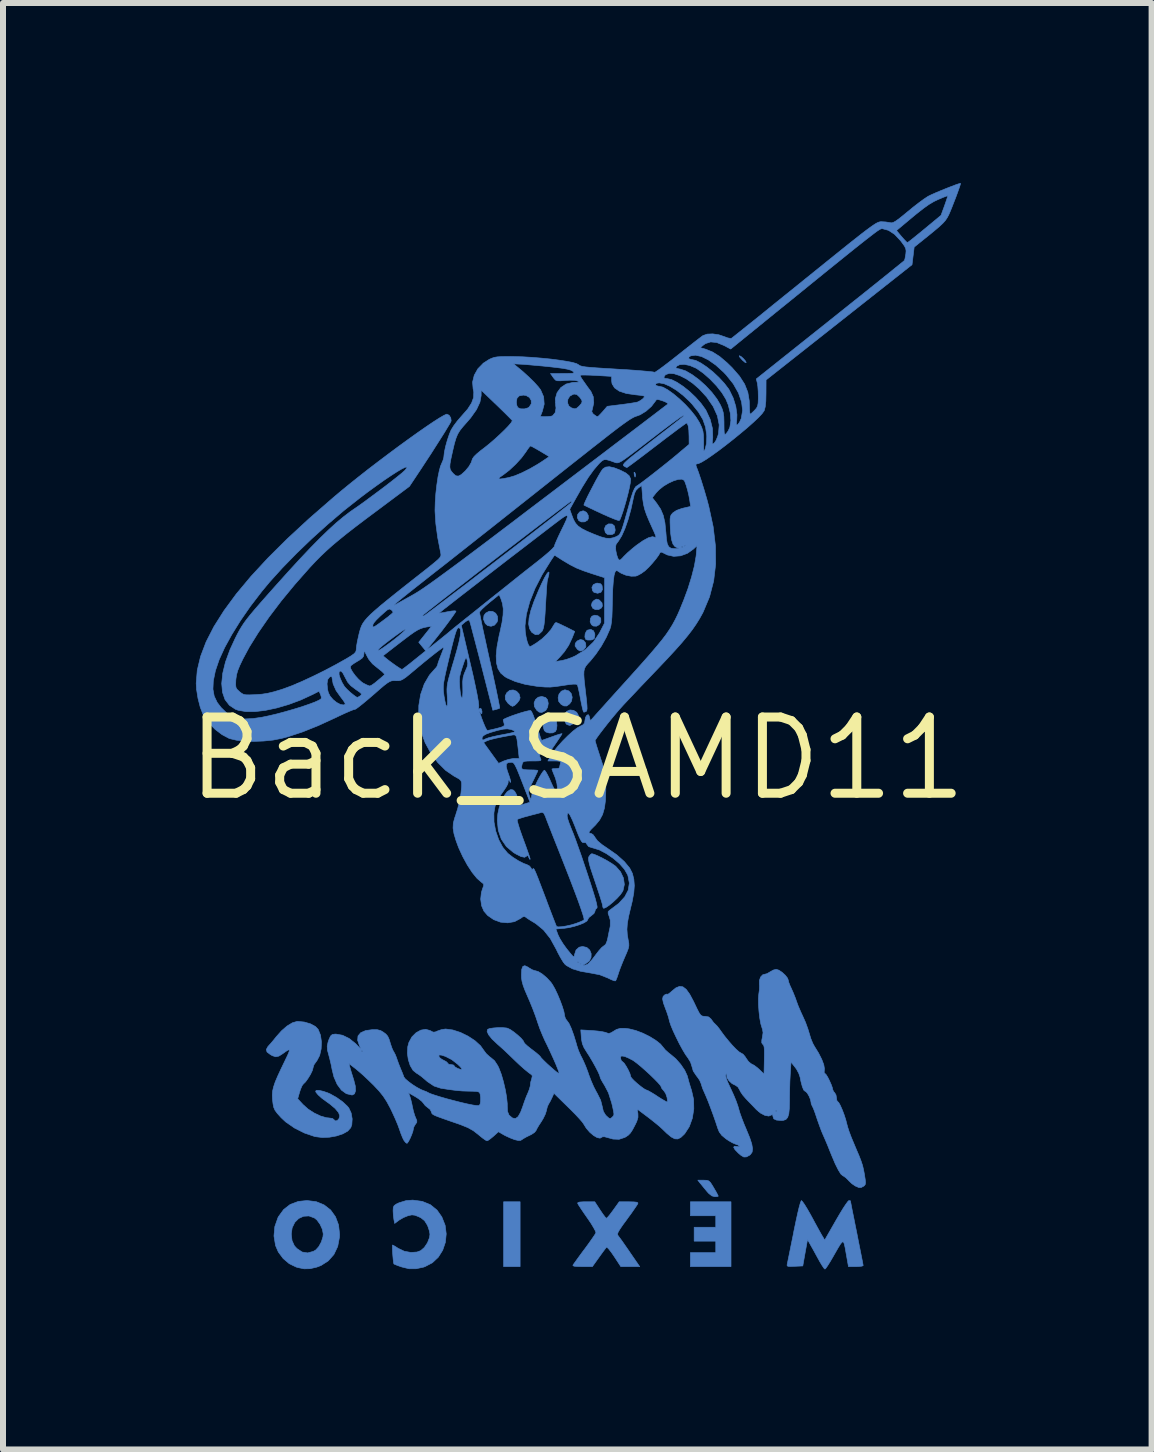
<source format=kicad_pcb>
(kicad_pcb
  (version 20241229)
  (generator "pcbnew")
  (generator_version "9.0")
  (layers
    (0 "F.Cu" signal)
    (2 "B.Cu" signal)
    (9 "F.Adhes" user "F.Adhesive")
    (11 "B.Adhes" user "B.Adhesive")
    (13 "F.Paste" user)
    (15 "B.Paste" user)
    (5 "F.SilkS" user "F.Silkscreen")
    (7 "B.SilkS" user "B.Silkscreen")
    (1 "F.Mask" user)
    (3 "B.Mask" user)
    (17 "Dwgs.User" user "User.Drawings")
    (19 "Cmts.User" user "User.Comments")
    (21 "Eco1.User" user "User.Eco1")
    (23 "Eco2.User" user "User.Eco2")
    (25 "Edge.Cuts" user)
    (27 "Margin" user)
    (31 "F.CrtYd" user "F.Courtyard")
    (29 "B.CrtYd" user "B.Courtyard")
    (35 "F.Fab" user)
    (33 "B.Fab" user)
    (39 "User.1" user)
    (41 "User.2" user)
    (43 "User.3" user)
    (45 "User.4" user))
  (footprint "Back_SAMD11"
    (layer "F.Cu")
    (at 6.569 9.587)
    (property "Reference" "Back_SAMD11" (at 0 0 0) (layer "F.SilkS") (effects (font (size 1.27 1.27) (thickness 0.15))))
    (attr through_hole)
    (fp_poly (pts (xy -0.953 8.467) (xy -1.228 8.467) (xy -1.228 7.387) (xy -0.953 7.387) (xy -0.953 8.467)) (stroke (width 0.01) (type solid)) (fill yes) (layer "B.Cu"))
    (fp_poly (pts (xy 0.957 -4.766) (xy 0.971 -4.73) (xy 0.969 -4.707) (xy 0.962 -4.688) (xy 0.953 -4.71) (xy 0.949 -4.727) (xy 0.945 -4.766) (xy 0.957 -4.767) (xy 0.957 -4.766)) (stroke (width 0.01) (type solid)) (fill yes) (layer "B.Cu"))
    (fp_poly (pts (xy 2.728 -6.697) (xy 2.764 -6.666) (xy 2.796 -6.63) (xy 2.813 -6.601) (xy 2.812 -6.594) (xy 2.792 -6.601) (xy 2.756 -6.631) (xy 2.741 -6.647) (xy 2.708 -6.685) (xy 2.698 -6.707) (xy 2.702 -6.71) (xy 2.728 -6.697)) (stroke (width 0.01) (type solid)) (fill yes) (layer "B.Cu"))
    (fp_poly (pts (xy 0.11 -4.124) (xy 0.154 -4.099) (xy 0.182 -4.051) (xy 0.184 -3.998) (xy 0.17 -3.97) (xy 0.123 -3.942) (xy 0.066 -3.941) (xy 0.025 -3.962) (xy -0.001 -4.013) (xy 0.006 -4.065) (xy 0.039 -4.107) (xy 0.091 -4.125) (xy 0.11 -4.124)) (stroke (width 0.01) (type solid)) (fill yes) (layer "B.Cu"))
    (fp_poly (pts (xy 0.345 -2.376) (xy 0.385 -2.343) (xy 0.391 -2.329) (xy 0.392 -2.272) (xy 0.364 -2.228) (xy 0.319 -2.203) (xy 0.268 -2.206) (xy 0.237 -2.227) (xy 0.214 -2.275) (xy 0.219 -2.332) (xy 0.243 -2.37) (xy 0.291 -2.387) (xy 0.345 -2.376)) (stroke (width 0.01) (type solid)) (fill yes) (layer "B.Cu"))
    (fp_poly (pts (xy 0.355 -2.646) (xy 0.369 -2.638) (xy 0.412 -2.591) (xy 0.418 -2.539) (xy 0.401 -2.507) (xy 0.356 -2.481) (xy 0.299 -2.481) (xy 0.258 -2.502) (xy 0.234 -2.551) (xy 0.248 -2.602) (xy 0.279 -2.634) (xy 0.32 -2.655) (xy 0.355 -2.646)) (stroke (width 0.01) (type solid)) (fill yes) (layer "B.Cu"))
    (fp_poly (pts (xy 0.391 -2.909) (xy 0.413 -2.879) (xy 0.419 -2.813) (xy 0.393 -2.768) (xy 0.339 -2.752) (xy 0.338 -2.752) (xy 0.278 -2.767) (xy 0.254 -2.794) (xy 0.243 -2.85) (xy 0.267 -2.896) (xy 0.319 -2.92) (xy 0.338 -2.921) (xy 0.391 -2.909)) (stroke (width 0.01) (type solid)) (fill yes) (layer "B.Cu"))
    (fp_poly (pts (xy 2.561 8.467) (xy 1.884 8.467) (xy 1.884 8.234) (xy 2.307 8.234) (xy 2.307 8.043) (xy 1.947 8.043) (xy 1.947 7.811) (xy 2.307 7.811) (xy 2.307 7.62) (xy 1.884 7.62) (xy 1.884 7.387) (xy 2.561 7.387) (xy 2.561 8.467)) (stroke (width 0.01) (type solid)) (fill yes) (layer "B.Cu"))
    (fp_poly (pts (xy -1.409 -2.449) (xy -1.36 -2.419) (xy -1.33 -2.368) (xy -1.326 -2.305) (xy -1.338 -2.27) (xy -1.38 -2.221) (xy -1.437 -2.202) (xy -1.495 -2.214) (xy -1.533 -2.247) (xy -1.563 -2.318) (xy -1.555 -2.383) (xy -1.526 -2.422) (xy -1.467 -2.453) (xy -1.409 -2.449)) (stroke (width 0.01) (type solid)) (fill yes) (layer "B.Cu"))
    (fp_poly (pts (xy 0.101 -1.97) (xy 0.136 -1.927) (xy 0.14 -1.915) (xy 0.143 -1.858) (xy 0.112 -1.817) (xy 0.084 -1.799) (xy 0.046 -1.79) (xy 0.007 -1.813) (xy 0.000485 -1.82) (xy -0.037 -1.872) (xy -0.034 -1.918) (xy -0.002 -1.957) (xy 0.051 -1.982) (xy 0.101 -1.97)) (stroke (width 0.01) (type solid)) (fill yes) (layer "B.Cu"))
    (fp_poly (pts (xy 0.27 -2.127) (xy 0.292 -2.076) (xy 0.292 -2.046) (xy 0.282 -1.998) (xy 0.253 -1.978) (xy 0.221 -1.973) (xy 0.171 -1.973) (xy 0.142 -1.982) (xy 0.126 -2.023) (xy 0.131 -2.078) (xy 0.154 -2.125) (xy 0.169 -2.138) (xy 0.226 -2.15) (xy 0.27 -2.127)) (stroke (width 0.01) (type solid)) (fill yes) (layer "B.Cu"))
    (fp_poly (pts (xy 0.581 -3.906) (xy 0.62 -3.872) (xy 0.631 -3.809) (xy 0.631 -3.801) (xy 0.62 -3.755) (xy 0.59 -3.735) (xy 0.557 -3.729) (xy 0.502 -3.733) (xy 0.469 -3.762) (xy 0.466 -3.767) (xy 0.452 -3.828) (xy 0.473 -3.879) (xy 0.52 -3.908) (xy 0.581 -3.906)) (stroke (width 0.01) (type solid)) (fill yes) (layer "B.Cu"))
    (fp_poly (pts (xy -0.528 -1.015) (xy -0.496 -0.977) (xy -0.484 -0.918) (xy -0.494 -0.855) (xy -0.523 -0.804) (xy -0.534 -0.795) (xy -0.591 -0.766) (xy -0.637 -0.772) (xy -0.677 -0.804) (xy -0.715 -0.865) (xy -0.72 -0.927) (xy -0.696 -0.982) (xy -0.652 -1.02) (xy -0.592 -1.033) (xy -0.528 -1.015)) (stroke (width 0.01) (type solid)) (fill yes) (layer "B.Cu"))
    (fp_poly (pts (xy -0.141 -1.125) (xy -0.101 -1.081) (xy -0.085 -1.02) (xy -0.096 -0.956) (xy -0.127 -0.91) (xy -0.176 -0.874) (xy -0.224 -0.875) (xy -0.27 -0.901) (xy -0.31 -0.95) (xy -0.32 -1.011) (xy -0.305 -1.072) (xy -0.267 -1.12) (xy -0.211 -1.143) (xy -0.201 -1.143) (xy -0.141 -1.125)) (stroke (width 0.01) (type solid)) (fill yes) (layer "B.Cu"))
    (fp_poly (pts (xy -0.374 -0.66) (xy -0.364 -0.652) (xy -0.345 -0.61) (xy -0.339 -0.548) (xy -0.346 -0.487) (xy -0.364 -0.449) (xy -0.41 -0.426) (xy -0.469 -0.424) (xy -0.523 -0.44) (xy -0.55 -0.464) (xy -0.57 -0.534) (xy -0.563 -0.603) (xy -0.538 -0.644) (xy -0.489 -0.67) (xy -0.427 -0.676) (xy -0.374 -0.66)) (stroke (width 0.01) (type solid)) (fill yes) (layer "B.Cu"))
    (fp_poly (pts (xy -1.012 -1.12) (xy -0.97 -1.075) (xy -0.953 -1.012) (xy -0.953 -1.01) (xy -0.967 -0.97) (xy -1.002 -0.924) (xy -1.044 -0.884) (xy -1.079 -0.868) (xy -1.079 -0.868) (xy -1.109 -0.882) (xy -1.15 -0.915) (xy -1.155 -0.92) (xy -1.198 -0.981) (xy -1.201 -1.042) (xy -1.174 -1.096) (xy -1.126 -1.135) (xy -1.068 -1.141) (xy -1.012 -1.12)) (stroke (width 0.01) (type solid)) (fill yes) (layer "B.Cu"))
    (fp_poly (pts (xy -0.062 -0.801) (xy -0.01 -0.769) (xy 0.018 -0.718) (xy 0.02 -0.7) (xy 0.005 -0.661) (xy -0.032 -0.614) (xy -0.078 -0.573) (xy -0.12 -0.551) (xy -0.127 -0.55) (xy -0.171 -0.564) (xy -0.186 -0.576) (xy -0.206 -0.619) (xy -0.211 -0.681) (xy -0.202 -0.742) (xy -0.18 -0.783) (xy -0.18 -0.783) (xy -0.123 -0.808) (xy -0.062 -0.801)) (stroke (width 0.01) (type solid)) (fill yes) (layer "B.Cu"))
    (fp_poly (pts (xy 2.154 7.029) (xy 2.189 7.039) (xy 2.218 7.065) (xy 2.251 7.116) (xy 2.274 7.155) (xy 2.312 7.22) (xy 2.338 7.269) (xy 2.349 7.293) (xy 2.349 7.293) (xy 2.331 7.3) (xy 2.291 7.302) (xy 2.242 7.289) (xy 2.188 7.246) (xy 2.159 7.213) (xy 2.109 7.153) (xy 2.064 7.097) (xy 2.046 7.076) (xy 2.008 7.027) (xy 2.104 7.027) (xy 2.154 7.029)) (stroke (width 0.01) (type solid)) (fill yes) (layer "B.Cu"))
    (fp_poly (pts (xy -0.471 -3.1) (xy -0.475 -3.058) (xy -0.496 -2.978) (xy -0.499 -2.967) (xy -0.503 -2.938) (xy -0.509 -2.873) (xy -0.515 -2.781) (xy -0.522 -2.669) (xy -0.529 -2.554) (xy -0.537 -2.412) (xy -0.545 -2.306) (xy -0.554 -2.229) (xy -0.564 -2.176) (xy -0.576 -2.14) (xy -0.589 -2.117) (xy -0.642 -2.068) (xy -0.698 -2.062) (xy -0.755 -2.099) (xy -0.761 -2.104) (xy -0.796 -2.163) (xy -0.811 -2.24) (xy -0.803 -2.34) (xy -0.774 -2.465) (xy -0.721 -2.618) (xy -0.645 -2.801) (xy -0.593 -2.916) (xy -0.545 -3.013) (xy -0.507 -3.077) (xy -0.482 -3.106) (xy -0.471 -3.1)) (stroke (width 0.01) (type solid)) (fill yes) (layer "B.Cu"))
    (fp_poly (pts (xy 0.282 1.598) (xy 0.346 1.625) (xy 0.424 1.664) (xy 0.505 1.708) (xy 0.578 1.753) (xy 0.632 1.791) (xy 0.64 1.797) (xy 0.72 1.889) (xy 0.769 1.993) (xy 0.784 2.1) (xy 0.762 2.2) (xy 0.753 2.218) (xy 0.718 2.269) (xy 0.663 2.33) (xy 0.598 2.391) (xy 0.533 2.445) (xy 0.477 2.483) (xy 0.44 2.498) (xy 0.426 2.48) (xy 0.423 2.46) (xy 0.417 2.428) (xy 0.398 2.364) (xy 0.37 2.274) (xy 0.334 2.166) (xy 0.296 2.052) (xy 0.251 1.919) (xy 0.218 1.819) (xy 0.198 1.746) (xy 0.188 1.696) (xy 0.186 1.663) (xy 0.192 1.639) (xy 0.194 1.635) (xy 0.221 1.599) (xy 0.242 1.587) (xy 0.282 1.598)) (stroke (width 0.01) (type solid)) (fill yes) (layer "B.Cu"))
    (fp_poly (pts (xy 0.617 -4.842) (xy 0.719 -4.802) (xy 0.809 -4.756) (xy 0.864 -4.71) (xy 0.887 -4.66) (xy 0.888 -4.638) (xy 0.882 -4.584) (xy 0.867 -4.507) (xy 0.845 -4.412) (xy 0.818 -4.309) (xy 0.789 -4.207) (xy 0.76 -4.112) (xy 0.733 -4.035) (xy 0.712 -3.982) (xy 0.698 -3.964) (xy 0.668 -3.97) (xy 0.608 -3.992) (xy 0.526 -4.026) (xy 0.429 -4.069) (xy 0.393 -4.086) (xy 0.294 -4.132) (xy 0.21 -4.172) (xy 0.148 -4.202) (xy 0.114 -4.219) (xy 0.11 -4.222) (xy 0.116 -4.243) (xy 0.138 -4.294) (xy 0.172 -4.366) (xy 0.216 -4.452) (xy 0.264 -4.544) (xy 0.312 -4.635) (xy 0.357 -4.716) (xy 0.395 -4.78) (xy 0.421 -4.818) (xy 0.425 -4.823) (xy 0.471 -4.854) (xy 0.533 -4.861) (xy 0.617 -4.842)) (stroke (width 0.01) (type solid)) (fill yes) (layer "B.Cu"))
    (fp_poly (pts (xy -4.351 7.385) (xy -4.219 7.439) (xy -4.11 7.524) (xy -4.029 7.637) (xy -3.978 7.773) (xy -3.961 7.928) (xy -3.963 7.977) (xy -3.992 8.131) (xy -4.055 8.264) (xy -4.149 8.371) (xy -4.269 8.448) (xy -4.342 8.476) (xy -4.454 8.502) (xy -4.552 8.504) (xy -4.66 8.482) (xy -4.685 8.474) (xy -4.799 8.419) (xy -4.901 8.332) (xy -4.982 8.223) (xy -5.028 8.116) (xy -5.054 7.957) (xy -5.051 7.924) (xy -4.766 7.924) (xy -4.753 8.034) (xy -4.714 8.12) (xy -4.672 8.166) (xy -4.585 8.224) (xy -4.493 8.239) (xy -4.398 8.213) (xy -4.357 8.189) (xy -4.308 8.135) (xy -4.265 8.057) (xy -4.238 7.971) (xy -4.233 7.923) (xy -4.248 7.845) (xy -4.286 7.762) (xy -4.338 7.691) (xy -4.379 7.657) (xy -4.471 7.623) (xy -4.561 7.628) (xy -4.642 7.665) (xy -4.707 7.73) (xy -4.751 7.82) (xy -4.766 7.924) (xy -5.051 7.924) (xy -5.04 7.8) (xy -4.988 7.652) (xy -4.98 7.636) (xy -4.893 7.516) (xy -4.783 7.431) (xy -4.649 7.381) (xy -4.504 7.366) (xy -4.351 7.385)) (stroke (width 0.01) (type solid)) (fill yes) (layer "B.Cu"))
    (fp_poly (pts (xy -2.584 7.38) (xy -2.449 7.435) (xy -2.337 7.526) (xy -2.257 7.64) (xy -2.202 7.779) (xy -2.184 7.922) (xy -2.198 8.062) (xy -2.243 8.194) (xy -2.316 8.31) (xy -2.415 8.403) (xy -2.537 8.467) (xy -2.562 8.476) (xy -2.689 8.503) (xy -2.802 8.503) (xy -2.922 8.474) (xy -2.937 8.469) (xy -3 8.447) (xy -3.043 8.429) (xy -3.056 8.422) (xy -3.062 8.398) (xy -3.068 8.346) (xy -3.074 8.279) (xy -3.079 8.21) (xy -3.081 8.15) (xy -3.08 8.113) (xy -3.078 8.107) (xy -3.056 8.118) (xy -3.012 8.145) (xy -2.984 8.163) (xy -2.883 8.211) (xy -2.774 8.231) (xy -2.671 8.224) (xy -2.611 8.202) (xy -2.549 8.149) (xy -2.496 8.07) (xy -2.462 7.982) (xy -2.455 7.927) (xy -2.465 7.871) (xy -2.488 7.801) (xy -2.501 7.772) (xy -2.545 7.702) (xy -2.604 7.655) (xy -2.642 7.636) (xy -2.706 7.611) (xy -2.756 7.605) (xy -2.813 7.617) (xy -2.823 7.62) (xy -2.897 7.65) (xy -2.967 7.691) (xy -2.975 7.697) (xy -3.043 7.748) (xy -3.056 7.681) (xy -3.065 7.613) (xy -3.069 7.538) (xy -3.069 7.531) (xy -3.066 7.481) (xy -3.051 7.45) (xy -3.014 7.424) (xy -2.969 7.403) (xy -2.851 7.367) (xy -2.741 7.359) (xy -2.584 7.38)) (stroke (width 0.01) (type solid)) (fill yes) (layer "B.Cu"))
    (fp_poly (pts (xy 0.381 7.525) (xy 0.425 7.59) (xy 0.461 7.638) (xy 0.483 7.661) (xy 0.485 7.662) (xy 0.504 7.646) (xy 0.54 7.604) (xy 0.586 7.543) (xy 0.599 7.525) (xy 0.698 7.387) (xy 0.859 7.387) (xy 0.943 7.389) (xy 0.99 7.394) (xy 1.009 7.404) (xy 1.009 7.417) (xy 0.993 7.444) (xy 0.956 7.498) (xy 0.905 7.572) (xy 0.842 7.658) (xy 0.825 7.682) (xy 0.755 7.777) (xy 0.709 7.845) (xy 0.682 7.89) (xy 0.671 7.921) (xy 0.674 7.941) (xy 0.682 7.954) (xy 0.705 7.985) (xy 0.747 8.042) (xy 0.801 8.12) (xy 0.863 8.209) (xy 0.876 8.229) (xy 1.04 8.467) (xy 0.725 8.467) (xy 0.613 8.296) (xy 0.564 8.225) (xy 0.523 8.173) (xy 0.495 8.145) (xy 0.486 8.143) (xy 0.468 8.167) (xy 0.431 8.216) (xy 0.383 8.282) (xy 0.361 8.313) (xy 0.251 8.467) (xy 0.082 8.467) (xy -0.004 8.465) (xy -0.054 8.46) (xy -0.073 8.45) (xy -0.071 8.44) (xy -0.053 8.414) (xy -0.015 8.361) (xy 0.038 8.288) (xy 0.101 8.202) (xy 0.122 8.175) (xy 0.187 8.086) (xy 0.243 8.007) (xy 0.284 7.947) (xy 0.307 7.91) (xy 0.31 7.905) (xy 0.303 7.877) (xy 0.274 7.822) (xy 0.229 7.747) (xy 0.17 7.66) (xy 0.169 7.659) (xy 0.11 7.574) (xy 0.06 7.5) (xy 0.024 7.445) (xy 0.007 7.416) (xy 0.006 7.415) (xy 0.01 7.4) (xy 0.041 7.391) (xy 0.104 7.387) (xy 0.143 7.387) (xy 0.291 7.387) (xy 0.381 7.525)) (stroke (width 0.01) (type solid)) (fill yes) (layer "B.Cu"))
    (fp_poly (pts (xy 3.752 7.384) (xy 3.786 7.432) (xy 3.831 7.505) (xy 3.883 7.596) (xy 3.905 7.636) (xy 3.96 7.738) (xy 4.011 7.831) (xy 4.053 7.907) (xy 4.081 7.956) (xy 4.087 7.965) (xy 4.122 8.025) (xy 4.31 7.696) (xy 4.372 7.59) (xy 4.428 7.498) (xy 4.475 7.427) (xy 4.509 7.381) (xy 4.524 7.367) (xy 4.549 7.37) (xy 4.551 7.372) (xy 4.555 7.394) (xy 4.566 7.452) (xy 4.583 7.54) (xy 4.606 7.652) (xy 4.632 7.784) (xy 4.657 7.906) (xy 4.685 8.05) (xy 4.711 8.18) (xy 4.733 8.291) (xy 4.75 8.377) (xy 4.76 8.432) (xy 4.763 8.45) (xy 4.743 8.459) (xy 4.694 8.465) (xy 4.64 8.467) (xy 4.518 8.467) (xy 4.478 8.242) (xy 4.462 8.15) (xy 4.448 8.088) (xy 4.434 8.056) (xy 4.415 8.056) (xy 4.387 8.088) (xy 4.346 8.154) (xy 4.289 8.254) (xy 4.261 8.303) (xy 4.213 8.385) (xy 4.171 8.452) (xy 4.14 8.496) (xy 4.126 8.509) (xy 4.108 8.492) (xy 4.077 8.446) (xy 4.038 8.381) (xy 4.03 8.366) (xy 3.982 8.279) (xy 3.933 8.189) (xy 3.894 8.12) (xy 3.836 8.017) (xy 3.796 8.236) (xy 3.757 8.456) (xy 3.622 8.462) (xy 3.549 8.465) (xy 3.51 8.462) (xy 3.496 8.451) (xy 3.497 8.428) (xy 3.499 8.42) (xy 3.506 8.386) (xy 3.52 8.317) (xy 3.54 8.219) (xy 3.564 8.099) (xy 3.592 7.963) (xy 3.61 7.869) (xy 3.643 7.711) (xy 3.672 7.578) (xy 3.697 7.474) (xy 3.717 7.403) (xy 3.731 7.369) (xy 3.734 7.366) (xy 3.752 7.384)) (stroke (width 0.01) (type solid)) (fill yes) (layer "B.Cu"))
    (fp_poly (pts (xy -4.548 4.392) (xy -4.446 4.422) (xy -4.364 4.466) (xy -4.318 4.514) (xy -4.279 4.61) (xy -4.263 4.723) (xy -4.268 4.84) (xy -4.293 4.949) (xy -4.339 5.037) (xy -4.351 5.052) (xy -4.387 5.103) (xy -4.403 5.153) (xy -4.403 5.156) (xy -4.415 5.2) (xy -4.445 5.263) (xy -4.486 5.33) (xy -4.528 5.389) (xy -4.564 5.424) (xy -4.565 5.425) (xy -4.586 5.453) (xy -4.61 5.509) (xy -4.626 5.556) (xy -4.659 5.671) (xy -4.568 5.769) (xy -4.485 5.843) (xy -4.384 5.908) (xy -4.278 5.958) (xy -4.181 5.986) (xy -4.139 5.99) (xy -4.078 5.999) (xy -4.051 6.022) (xy -4.028 6.041) (xy -3.998 6.032) (xy -3.971 6.002) (xy -3.958 5.958) (xy -3.958 5.956) (xy -3.978 5.9) (xy -4.035 5.832) (xy -4.127 5.755) (xy -4.179 5.718) (xy -4.257 5.661) (xy -4.318 5.606) (xy -4.354 5.562) (xy -4.36 5.542) (xy -4.343 5.53) (xy -4.296 5.532) (xy -4.231 5.547) (xy -4.158 5.572) (xy -4.117 5.59) (xy -4.009 5.651) (xy -3.909 5.722) (xy -3.831 5.795) (xy -3.807 5.824) (xy -3.768 5.908) (xy -3.751 6.006) (xy -3.757 6.101) (xy -3.775 6.153) (xy -3.825 6.209) (xy -3.907 6.255) (xy -4.012 6.29) (xy -4.129 6.311) (xy -4.249 6.316) (xy -4.363 6.302) (xy -4.377 6.299) (xy -4.547 6.241) (xy -4.712 6.158) (xy -4.858 6.057) (xy -4.935 5.985) (xy -4.998 5.915) (xy -5.037 5.862) (xy -5.059 5.811) (xy -5.07 5.754) (xy -5.079 5.676) (xy -5.082 5.608) (xy -5.077 5.542) (xy -5.061 5.473) (xy -5.034 5.392) (xy -4.992 5.293) (xy -4.935 5.17) (xy -4.869 5.033) (xy -4.825 4.941) (xy -4.801 4.883) (xy -4.799 4.856) (xy -4.82 4.858) (xy -4.864 4.887) (xy -4.909 4.92) (xy -4.973 4.96) (xy -5.026 4.971) (xy -5.083 4.952) (xy -5.117 4.932) (xy -5.17 4.891) (xy -5.182 4.85) (xy -5.155 4.801) (xy -5.137 4.781) (xy -5.096 4.735) (xy -5.044 4.672) (xy -5.017 4.638) (xy -4.929 4.539) (xy -4.837 4.459) (xy -4.748 4.405) (xy -4.67 4.382) (xy -4.659 4.381) (xy -4.548 4.392)) (stroke (width 0.01) (type solid)) (fill yes) (layer "B.Cu"))
    (fp_poly (pts (xy 3.359 3.528) (xy 3.414 3.565) (xy 3.466 3.613) (xy 3.503 3.661) (xy 3.514 3.691) (xy 3.523 3.73) (xy 3.546 3.789) (xy 3.564 3.827) (xy 3.6 3.908) (xy 3.637 4.001) (xy 3.651 4.043) (xy 3.681 4.124) (xy 3.722 4.22) (xy 3.759 4.3) (xy 3.802 4.396) (xy 3.841 4.503) (xy 3.865 4.582) (xy 3.891 4.668) (xy 3.924 4.748) (xy 3.951 4.797) (xy 4.02 4.909) (xy 4.073 5.014) (xy 4.107 5.104) (xy 4.118 5.172) (xy 4.116 5.188) (xy 4.113 5.235) (xy 4.126 5.249) (xy 4.145 5.267) (xy 4.173 5.312) (xy 4.203 5.372) (xy 4.231 5.435) (xy 4.25 5.488) (xy 4.255 5.514) (xy 4.269 5.549) (xy 4.286 5.567) (xy 4.31 5.606) (xy 4.318 5.654) (xy 4.324 5.698) (xy 4.336 5.715) (xy 4.356 5.734) (xy 4.383 5.783) (xy 4.414 5.853) (xy 4.445 5.934) (xy 4.472 6.017) (xy 4.487 6.075) (xy 4.505 6.143) (xy 4.53 6.22) (xy 4.565 6.313) (xy 4.614 6.43) (xy 4.647 6.509) (xy 4.695 6.621) (xy 4.728 6.707) (xy 4.752 6.779) (xy 4.769 6.85) (xy 4.784 6.93) (xy 4.797 7.014) (xy 4.802 7.066) (xy 4.798 7.097) (xy 4.785 7.116) (xy 4.773 7.126) (xy 4.73 7.149) (xy 4.689 7.149) (xy 4.632 7.124) (xy 4.63 7.123) (xy 4.576 7.086) (xy 4.522 7.035) (xy 4.518 7.029) (xy 4.473 6.985) (xy 4.431 6.956) (xy 4.425 6.954) (xy 4.392 6.926) (xy 4.35 6.859) (xy 4.297 6.753) (xy 4.235 6.607) (xy 4.208 6.54) (xy 4.171 6.447) (xy 4.131 6.353) (xy 4.098 6.278) (xy 4.097 6.276) (xy 4.067 6.205) (xy 4.032 6.11) (xy 3.997 6.012) (xy 3.99 5.99) (xy 3.962 5.907) (xy 3.937 5.84) (xy 3.918 5.798) (xy 3.913 5.79) (xy 3.897 5.753) (xy 3.895 5.733) (xy 3.885 5.684) (xy 3.862 5.628) (xy 3.833 5.578) (xy 3.805 5.548) (xy 3.796 5.546) (xy 3.773 5.526) (xy 3.749 5.469) (xy 3.726 5.382) (xy 3.712 5.311) (xy 3.691 5.249) (xy 3.653 5.178) (xy 3.63 5.147) (xy 3.561 5.059) (xy 3.548 5.265) (xy 3.542 5.382) (xy 3.538 5.518) (xy 3.536 5.651) (xy 3.536 5.701) (xy 3.533 5.829) (xy 3.524 5.92) (xy 3.505 5.981) (xy 3.475 6.016) (xy 3.43 6.031) (xy 3.398 6.032) (xy 3.319 6.026) (xy 3.274 6.005) (xy 3.26 5.966) (xy 3.26 5.963) (xy 3.253 5.934) (xy 3.239 5.939) (xy 3.191 5.959) (xy 3.127 5.948) (xy 3.054 5.91) (xy 3.011 5.874) (xy 3.302 5.874) (xy 3.313 5.884) (xy 3.323 5.874) (xy 3.313 5.863) (xy 3.302 5.874) (xy 3.011 5.874) (xy 2.981 5.849) (xy 2.98 5.847) (xy 2.914 5.778) (xy 2.844 5.706) (xy 2.809 5.669) (xy 2.758 5.61) (xy 2.718 5.551) (xy 2.706 5.525) (xy 2.677 5.476) (xy 2.639 5.448) (xy 2.579 5.418) (xy 2.528 5.371) (xy 2.495 5.321) (xy 2.49 5.281) (xy 2.494 5.253) (xy 2.479 5.261) (xy 2.477 5.262) (xy 2.471 5.283) (xy 2.479 5.322) (xy 2.503 5.386) (xy 2.546 5.48) (xy 2.559 5.508) (xy 2.605 5.608) (xy 2.646 5.707) (xy 2.676 5.792) (xy 2.689 5.838) (xy 2.707 5.901) (xy 2.739 5.991) (xy 2.779 6.094) (xy 2.817 6.184) (xy 2.873 6.32) (xy 2.907 6.424) (xy 2.92 6.502) (xy 2.913 6.559) (xy 2.885 6.599) (xy 2.869 6.612) (xy 2.818 6.639) (xy 2.775 6.641) (xy 2.728 6.614) (xy 2.682 6.575) (xy 2.627 6.518) (xy 2.605 6.479) (xy 2.617 6.461) (xy 2.658 6.465) (xy 2.695 6.469) (xy 2.701 6.459) (xy 2.673 6.439) (xy 2.635 6.426) (xy 2.588 6.406) (xy 2.524 6.37) (xy 2.477 6.338) (xy 2.408 6.281) (xy 2.365 6.223) (xy 2.341 6.164) (xy 2.306 6.058) (xy 2.265 5.941) (xy 2.222 5.824) (xy 2.181 5.716) (xy 2.145 5.629) (xy 2.121 5.574) (xy 2.09 5.504) (xy 2.067 5.435) (xy 2.065 5.424) (xy 2.039 5.363) (xy 1.997 5.302) (xy 1.989 5.294) (xy 1.932 5.209) (xy 1.913 5.143) (xy 1.887 5.061) (xy 1.842 4.988) (xy 1.841 4.987) (xy 1.803 4.934) (xy 1.754 4.852) (xy 1.7 4.753) (xy 1.647 4.646) (xy 1.598 4.542) (xy 1.56 4.451) (xy 1.537 4.383) (xy 1.534 4.369) (xy 1.517 4.303) (xy 1.489 4.22) (xy 1.468 4.165) (xy 1.434 4.072) (xy 1.421 4.007) (xy 1.43 3.965) (xy 1.46 3.937) (xy 1.46 3.937) (xy 1.493 3.925) (xy 1.503 3.93) (xy 1.516 3.926) (xy 1.55 3.9) (xy 1.572 3.88) (xy 1.642 3.823) (xy 1.703 3.798) (xy 1.759 3.805) (xy 1.815 3.848) (xy 1.872 3.927) (xy 1.935 4.045) (xy 1.952 4.08) (xy 1.996 4.173) (xy 2.028 4.235) (xy 2.053 4.272) (xy 2.076 4.29) (xy 2.103 4.296) (xy 2.127 4.297) (xy 2.188 4.307) (xy 2.229 4.343) (xy 2.237 4.355) (xy 2.271 4.401) (xy 2.301 4.43) (xy 2.301 4.43) (xy 2.327 4.456) (xy 2.366 4.505) (xy 2.395 4.546) (xy 2.453 4.625) (xy 2.519 4.706) (xy 2.585 4.782) (xy 2.647 4.846) (xy 2.698 4.891) (xy 2.73 4.91) (xy 2.732 4.911) (xy 2.762 4.928) (xy 2.798 4.971) (xy 2.812 4.994) (xy 2.851 5.049) (xy 2.893 5.085) (xy 2.906 5.092) (xy 2.948 5.114) (xy 3.003 5.156) (xy 3.032 5.182) (xy 3.111 5.258) (xy 3.115 5.068) (xy 3.117 4.952) (xy 3.117 4.87) (xy 3.114 4.817) (xy 3.107 4.785) (xy 3.096 4.767) (xy 3.087 4.761) (xy 3.073 4.738) (xy 3.074 4.693) (xy 3.083 4.649) (xy 3.095 4.569) (xy 3.085 4.509) (xy 3.079 4.494) (xy 3.058 4.425) (xy 3.04 4.328) (xy 3.027 4.216) (xy 3.019 4.103) (xy 3.018 4.001) (xy 3.024 3.926) (xy 3.034 3.853) (xy 3.036 3.789) (xy 3.034 3.768) (xy 3.034 3.7) (xy 3.054 3.642) (xy 3.089 3.605) (xy 3.113 3.598) (xy 3.161 3.586) (xy 3.212 3.556) (xy 3.265 3.526) (xy 3.314 3.514) (xy 3.359 3.528)) (stroke (width 0.01) (type solid)) (fill yes) (layer "B.Cu"))
    (fp_poly (pts (xy -0.822 3.477) (xy -0.804 3.49) (xy -0.753 3.52) (xy -0.711 3.535) (xy -0.707 3.535) (xy -0.651 3.551) (xy -0.581 3.594) (xy -0.507 3.657) (xy -0.44 3.73) (xy -0.413 3.769) (xy -0.372 3.841) (xy -0.328 3.934) (xy -0.286 4.035) (xy -0.249 4.135) (xy -0.223 4.22) (xy -0.212 4.282) (xy -0.212 4.287) (xy -0.197 4.336) (xy -0.171 4.37) (xy -0.138 4.416) (xy -0.1 4.499) (xy -0.059 4.612) (xy -0.017 4.749) (xy -0.009 4.78) (xy 0.019 4.865) (xy 0.056 4.95) (xy 0.073 4.981) (xy 0.102 5.041) (xy 0.139 5.126) (xy 0.176 5.223) (xy 0.192 5.271) (xy 0.23 5.371) (xy 0.273 5.47) (xy 0.315 5.551) (xy 0.33 5.577) (xy 0.389 5.695) (xy 0.414 5.793) (xy 0.434 5.881) (xy 0.472 5.943) (xy 0.487 5.958) (xy 0.526 5.993) (xy 0.551 6) (xy 0.576 5.983) (xy 0.579 5.979) (xy 0.597 5.961) (xy 0.608 5.945) (xy 0.61 5.921) (xy 0.604 5.88) (xy 0.59 5.813) (xy 0.574 5.745) (xy 0.519 5.571) (xy 0.458 5.454) (xy 0.419 5.39) (xy 0.391 5.339) (xy 0.381 5.312) (xy 0.371 5.277) (xy 0.343 5.215) (xy 0.302 5.136) (xy 0.254 5.05) (xy 0.221 4.994) (xy 0.72 4.994) (xy 0.733 5.036) (xy 0.752 5.052) (xy 0.78 5.077) (xy 0.814 5.128) (xy 0.849 5.191) (xy 0.877 5.252) (xy 0.889 5.297) (xy 0.889 5.3) (xy 0.905 5.326) (xy 0.945 5.368) (xy 0.999 5.417) (xy 1.058 5.465) (xy 1.11 5.503) (xy 1.148 5.524) (xy 1.154 5.525) (xy 1.18 5.536) (xy 1.232 5.565) (xy 1.301 5.607) (xy 1.333 5.629) (xy 1.404 5.674) (xy 1.461 5.707) (xy 1.495 5.724) (xy 1.5 5.724) (xy 1.502 5.701) (xy 1.496 5.653) (xy 1.494 5.645) (xy 1.473 5.583) (xy 1.44 5.535) (xy 1.439 5.535) (xy 1.407 5.497) (xy 1.397 5.47) (xy 1.382 5.445) (xy 1.341 5.398) (xy 1.281 5.337) (xy 1.209 5.267) (xy 1.131 5.196) (xy 1.055 5.129) (xy 0.986 5.073) (xy 0.933 5.034) (xy 0.921 5.027) (xy 0.855 4.993) (xy 0.794 4.967) (xy 0.778 4.963) (xy 0.736 4.957) (xy 0.721 4.974) (xy 0.72 4.994) (xy 0.221 4.994) (xy 0.204 4.965) (xy 0.162 4.9) (xy 0.112 4.82) (xy 0.084 4.753) (xy 0.07 4.681) (xy 0.067 4.648) (xy 0.058 4.523) (xy 0.247 4.534) (xy 0.338 4.542) (xy 0.417 4.553) (xy 0.472 4.565) (xy 0.483 4.57) (xy 0.524 4.583) (xy 0.564 4.57) (xy 0.588 4.555) (xy 0.654 4.515) (xy 0.718 4.497) (xy 0.797 4.497) (xy 0.865 4.506) (xy 0.974 4.533) (xy 1.09 4.577) (xy 1.204 4.633) (xy 1.306 4.696) (xy 1.386 4.759) (xy 1.428 4.81) (xy 1.466 4.856) (xy 1.524 4.908) (xy 1.553 4.93) (xy 1.64 5.003) (xy 1.722 5.096) (xy 1.79 5.196) (xy 1.833 5.29) (xy 1.839 5.313) (xy 1.859 5.388) (xy 1.886 5.478) (xy 1.904 5.533) (xy 1.938 5.683) (xy 1.941 5.84) (xy 1.917 5.994) (xy 1.866 6.135) (xy 1.791 6.251) (xy 1.779 6.264) (xy 1.725 6.315) (xy 1.675 6.34) (xy 1.624 6.338) (xy 1.565 6.307) (xy 1.491 6.246) (xy 1.421 6.178) (xy 1.37 6.131) (xy 1.296 6.07) (xy 1.213 6.004) (xy 1.171 5.972) (xy 0.998 5.842) (xy 1.01 5.917) (xy 1.011 5.98) (xy 0.991 6.048) (xy 0.965 6.102) (xy 0.921 6.186) (xy 0.885 6.241) (xy 0.85 6.277) (xy 0.807 6.306) (xy 0.79 6.315) (xy 0.696 6.346) (xy 0.595 6.342) (xy 0.511 6.319) (xy 0.451 6.303) (xy 0.416 6.305) (xy 0.412 6.309) (xy 0.379 6.327) (xy 0.33 6.317) (xy 0.27 6.282) (xy 0.207 6.228) (xy 0.15 6.162) (xy 0.107 6.093) (xy 0.083 6.058) (xy 0.034 6.002) (xy -0.034 5.929) (xy -0.114 5.848) (xy -0.155 5.808) (xy -0.389 5.579) (xy -0.423 5.655) (xy -0.451 5.712) (xy -0.476 5.755) (xy -0.479 5.76) (xy -0.498 5.8) (xy -0.513 5.859) (xy -0.514 5.867) (xy -0.533 5.927) (xy -0.569 6.001) (xy -0.6 6.052) (xy -0.642 6.116) (xy -0.674 6.171) (xy -0.687 6.199) (xy -0.713 6.231) (xy -0.764 6.265) (xy -0.789 6.277) (xy -0.852 6.308) (xy -0.904 6.338) (xy -0.916 6.347) (xy -0.946 6.365) (xy -0.986 6.365) (xy -1.043 6.352) (xy -1.119 6.323) (xy -1.201 6.285) (xy -1.223 6.273) (xy -1.314 6.22) (xy -1.398 6.296) (xy -1.449 6.338) (xy -1.49 6.366) (xy -1.505 6.371) (xy -1.532 6.358) (xy -1.58 6.324) (xy -1.64 6.275) (xy -1.649 6.267) (xy -1.733 6.202) (xy -1.822 6.152) (xy -1.933 6.107) (xy -1.959 6.097) (xy -2.107 6.046) (xy -2.219 6.007) (xy -2.302 5.977) (xy -2.359 5.955) (xy -2.395 5.938) (xy -2.415 5.924) (xy -2.425 5.911) (xy -2.429 5.898) (xy -2.43 5.892) (xy -2.452 5.849) (xy -2.486 5.822) (xy -2.535 5.783) (xy -2.561 5.748) (xy -2.592 5.712) (xy -2.648 5.668) (xy -2.699 5.636) (xy -2.813 5.57) (xy -2.791 5.627) (xy -2.775 5.68) (xy -2.757 5.754) (xy -2.748 5.8) (xy -2.73 5.88) (xy -2.707 5.955) (xy -2.694 5.986) (xy -2.674 6.034) (xy -2.675 6.065) (xy -2.696 6.093) (xy -2.723 6.139) (xy -2.731 6.17) (xy -2.739 6.211) (xy -2.759 6.268) (xy -2.785 6.329) (xy -2.812 6.381) (xy -2.834 6.411) (xy -2.84 6.413) (xy -2.862 6.398) (xy -2.888 6.365) (xy -2.911 6.32) (xy -2.939 6.25) (xy -2.963 6.181) (xy -2.992 6.102) (xy -3.034 6.002) (xy -3.083 5.895) (xy -3.113 5.832) (xy -3.174 5.719) (xy -3.233 5.628) (xy -3.302 5.542) (xy -3.392 5.446) (xy -3.393 5.445) (xy -3.477 5.363) (xy -3.564 5.281) (xy -3.643 5.212) (xy -3.686 5.176) (xy -3.806 5.083) (xy -3.785 5.161) (xy -3.766 5.226) (xy -3.74 5.308) (xy -3.724 5.359) (xy -3.699 5.458) (xy -3.695 5.537) (xy -3.712 5.588) (xy -3.75 5.608) (xy -3.754 5.608) (xy -3.848 5.586) (xy -3.931 5.526) (xy -4.001 5.431) (xy -4.055 5.307) (xy -4.085 5.186) (xy -4.103 5.095) (xy -4.125 5.003) (xy -4.139 4.95) (xy -4.158 4.879) (xy -3.598 4.879) (xy -3.588 4.889) (xy -3.577 4.879) (xy -3.588 4.868) (xy -3.598 4.879) (xy -4.158 4.879) (xy -4.163 4.862) (xy -4.167 4.794) (xy -4.153 4.727) (xy -4.136 4.678) (xy -4.111 4.625) (xy -4.083 4.6) (xy -4.038 4.593) (xy -4.019 4.593) (xy -3.912 4.612) (xy -3.801 4.666) (xy -3.696 4.75) (xy -3.675 4.771) (xy -3.629 4.819) (xy -3.608 4.838) (xy -3.609 4.828) (xy -3.626 4.793) (xy -3.629 4.788) (xy -3.66 4.697) (xy -3.654 4.624) (xy -3.609 4.57) (xy -3.527 4.534) (xy -3.417 4.519) (xy -3.336 4.519) (xy -3.277 4.534) (xy -3.236 4.558) (xy -3.19 4.592) (xy -3.159 4.628) (xy -3.136 4.678) (xy -3.112 4.756) (xy -3.11 4.763) (xy -3.088 4.827) (xy -3.065 4.877) (xy -3.057 4.889) (xy -3.035 4.93) (xy -3.011 4.989) (xy -3.006 5.006) (xy -2.978 5.084) (xy -2.946 5.165) (xy -2.942 5.175) (xy -2.915 5.239) (xy -2.894 5.294) (xy -2.891 5.305) (xy -2.867 5.338) (xy -2.815 5.383) (xy -2.748 5.433) (xy -2.674 5.48) (xy -2.605 5.517) (xy -2.561 5.535) (xy -2.513 5.553) (xy -2.487 5.567) (xy -2.449 5.585) (xy -2.379 5.609) (xy -2.283 5.639) (xy -2.172 5.671) (xy -2.054 5.702) (xy -1.937 5.732) (xy -1.829 5.757) (xy -1.739 5.775) (xy -1.683 5.783) (xy -1.639 5.783) (xy -1.62 5.763) (xy -1.612 5.717) (xy -1.611 5.651) (xy -1.618 5.596) (xy -1.627 5.571) (xy -1.645 5.556) (xy -1.68 5.548) (xy -1.742 5.545) (xy -1.805 5.544) (xy -1.912 5.541) (xy -2.016 5.532) (xy -2.134 5.517) (xy -2.275 5.495) (xy -2.388 5.458) (xy -2.5 5.383) (xy -2.533 5.354) (xy -2.593 5.303) (xy -2.648 5.263) (xy -2.675 5.247) (xy -2.736 5.198) (xy -2.784 5.118) (xy -2.816 5.019) (xy -2.825 4.956) (xy -2.309 4.956) (xy -2.295 4.984) (xy -2.258 5.013) (xy -2.233 5.026) (xy -2.185 5.051) (xy -2.16 5.075) (xy -2.159 5.079) (xy -2.141 5.096) (xy -2.106 5.101) (xy -2.066 5.107) (xy -2.053 5.119) (xy -2.036 5.141) (xy -1.994 5.165) (xy -1.946 5.181) (xy -1.926 5.183) (xy -1.924 5.171) (xy -1.948 5.139) (xy -1.99 5.098) (xy -2.091 5.019) (xy -2.196 4.965) (xy -2.26 4.944) (xy -2.298 4.94) (xy -2.309 4.956) (xy -2.825 4.956) (xy -2.831 4.91) (xy -2.825 4.803) (xy -2.806 4.732) (xy -2.756 4.64) (xy -2.687 4.571) (xy -2.608 4.527) (xy -2.527 4.513) (xy -2.452 4.534) (xy -2.445 4.538) (xy -2.403 4.56) (xy -2.368 4.558) (xy -2.329 4.541) (xy -2.262 4.518) (xy -2.194 4.508) (xy -2.075 4.524) (xy -1.948 4.565) (xy -1.821 4.627) (xy -1.706 4.702) (xy -1.613 4.787) (xy -1.558 4.864) (xy -1.517 4.919) (xy -1.459 4.972) (xy -1.443 4.983) (xy -1.379 5.037) (xy -1.326 5.118) (xy -1.307 5.157) (xy -1.267 5.261) (xy -1.231 5.385) (xy -1.2 5.518) (xy -1.178 5.644) (xy -1.167 5.752) (xy -1.167 5.793) (xy -1.163 5.881) (xy -1.138 5.942) (xy -1.087 5.986) (xy -1.074 5.993) (xy -1.029 6) (xy -0.986 5.968) (xy -0.945 5.896) (xy -0.91 5.803) (xy -0.88 5.715) (xy -0.848 5.63) (xy -0.824 5.576) (xy -0.799 5.513) (xy -0.784 5.458) (xy -0.783 5.445) (xy -0.776 5.391) (xy -0.761 5.342) (xy -0.75 5.291) (xy -0.76 5.272) (xy -0.811 5.235) (xy -0.882 5.177) (xy -0.961 5.107) (xy -1.036 5.036) (xy -1.069 5.004) (xy -1.136 4.939) (xy -1.219 4.86) (xy -1.305 4.783) (xy -1.329 4.762) (xy -1.42 4.676) (xy -1.478 4.604) (xy -1.503 4.549) (xy -1.494 4.514) (xy -1.46 4.5) (xy -1.398 4.491) (xy -1.322 4.485) (xy -1.245 4.485) (xy -1.181 4.491) (xy -1.164 4.495) (xy -1.117 4.517) (xy -1.057 4.558) (xy -0.994 4.609) (xy -0.938 4.66) (xy -0.9 4.705) (xy -0.889 4.73) (xy -0.873 4.752) (xy -0.831 4.791) (xy -0.77 4.84) (xy -0.751 4.854) (xy -0.687 4.903) (xy -0.639 4.944) (xy -0.615 4.969) (xy -0.614 4.972) (xy -0.599 4.992) (xy -0.559 5.033) (xy -0.501 5.089) (xy -0.452 5.133) (xy -0.379 5.197) (xy -0.333 5.234) (xy -0.309 5.246) (xy -0.304 5.235) (xy -0.306 5.227) (xy -0.325 5.176) (xy -0.357 5.096) (xy -0.4 4.998) (xy -0.449 4.891) (xy -0.499 4.784) (xy -0.541 4.699) (xy -0.581 4.609) (xy -0.625 4.501) (xy -0.662 4.395) (xy -0.665 4.385) (xy -0.697 4.29) (xy -0.741 4.174) (xy -0.79 4.053) (xy -0.826 3.97) (xy -0.873 3.861) (xy -0.903 3.78) (xy -0.921 3.714) (xy -0.93 3.654) (xy -0.931 3.601) (xy -0.926 3.514) (xy -0.907 3.465) (xy -0.874 3.453) (xy -0.822 3.477)) (stroke (width 0.01) (type solid)) (fill yes) (layer "B.Cu"))
    (fp_poly (pts (xy 6.385 -9.582) (xy 6.381 -9.56) (xy 6.364 -9.508) (xy 6.338 -9.435) (xy 6.306 -9.348) (xy 6.27 -9.256) (xy 6.236 -9.169) (xy 6.205 -9.094) (xy 6.189 -9.058) (xy 6.163 -9.009) (xy 6.132 -8.963) (xy 6.09 -8.916) (xy 6.03 -8.86) (xy 5.946 -8.789) (xy 5.874 -8.73) (xy 5.613 -8.52) (xy 5.595 -8.373) (xy 5.577 -8.226) (xy 4.361 -7.266) (xy 3.145 -6.306) (xy 3.144 -6.08) (xy 3.141 -5.95) (xy 3.131 -5.858) (xy 3.115 -5.798) (xy 3.111 -5.79) (xy 3.078 -5.744) (xy 3.017 -5.679) (xy 2.933 -5.6) (xy 2.832 -5.51) (xy 2.718 -5.415) (xy 2.598 -5.317) (xy 2.476 -5.221) (xy 2.358 -5.131) (xy 2.247 -5.051) (xy 2.151 -4.985) (xy 2.073 -4.938) (xy 2.02 -4.913) (xy 2.005 -4.911) (xy 1.976 -4.902) (xy 1.979 -4.874) (xy 2.019 -4.768) (xy 2.064 -4.633) (xy 2.111 -4.482) (xy 2.157 -4.325) (xy 2.19 -4.202) (xy 2.264 -3.859) (xy 2.302 -3.538) (xy 2.305 -3.238) (xy 2.272 -2.957) (xy 2.203 -2.692) (xy 2.099 -2.444) (xy 2.09 -2.425) (xy 2.038 -2.331) (xy 1.981 -2.239) (xy 1.916 -2.145) (xy 1.838 -2.044) (xy 1.745 -1.932) (xy 1.633 -1.806) (xy 1.498 -1.66) (xy 1.337 -1.49) (xy 1.287 -1.438) (xy 1.166 -1.311) (xy 1.049 -1.189) (xy 0.941 -1.074) (xy 0.846 -0.974) (xy 0.769 -0.892) (xy 0.716 -0.833) (xy 0.701 -0.817) (xy 0.639 -0.744) (xy 0.569 -0.66) (xy 0.498 -0.572) (xy 0.431 -0.486) (xy 0.372 -0.409) (xy 0.327 -0.347) (xy 0.301 -0.307) (xy 0.296 -0.297) (xy 0.303 -0.272) (xy 0.32 -0.214) (xy 0.346 -0.133) (xy 0.378 -0.034) (xy 0.386 -0.008) (xy 0.423 0.105) (xy 0.448 0.19) (xy 0.463 0.261) (xy 0.472 0.332) (xy 0.475 0.414) (xy 0.475 0.522) (xy 0.475 0.529) (xy 0.47 0.694) (xy 0.452 0.827) (xy 0.421 0.934) (xy 0.372 1.025) (xy 0.305 1.107) (xy 0.285 1.127) (xy 0.226 1.186) (xy 0.197 1.223) (xy 0.197 1.243) (xy 0.223 1.249) (xy 0.228 1.249) (xy 0.261 1.268) (xy 0.294 1.312) (xy 0.296 1.318) (xy 0.337 1.373) (xy 0.413 1.437) (xy 0.497 1.494) (xy 0.659 1.607) (xy 0.784 1.719) (xy 0.873 1.827) (xy 0.918 1.916) (xy 0.942 2.014) (xy 0.95 2.119) (xy 0.941 2.239) (xy 0.914 2.385) (xy 0.889 2.487) (xy 0.855 2.631) (xy 0.834 2.747) (xy 0.827 2.846) (xy 0.833 2.938) (xy 0.848 3.025) (xy 0.858 3.08) (xy 0.859 3.124) (xy 0.848 3.172) (xy 0.823 3.237) (xy 0.797 3.296) (xy 0.757 3.39) (xy 0.718 3.488) (xy 0.689 3.569) (xy 0.687 3.577) (xy 0.665 3.643) (xy 0.646 3.69) (xy 0.637 3.706) (xy 0.613 3.704) (xy 0.564 3.685) (xy 0.506 3.657) (xy 0.372 3.604) (xy 0.22 3.575) (xy 0.053 3.546) (xy -0.082 3.505) (xy -0.179 3.452) (xy -0.206 3.429) (xy -0.214 3.418) (xy 0.042 3.418) (xy 0.053 3.429) (xy 0.064 3.418) (xy 0.053 3.408) (xy 0.042 3.418) (xy -0.214 3.418) (xy -0.23 3.397) (xy 0 3.397) (xy 0.011 3.408) (xy 0.021 3.397) (xy 0.011 3.387) (xy 0 3.397) (xy -0.23 3.397) (xy -0.238 3.387) (xy -0.28 3.318) (xy -0.326 3.232) (xy -0.35 3.182) (xy -0.45 3) (xy -0.564 2.857) (xy -0.582 2.842) (xy -0.357 2.842) (xy -0.32 2.942) (xy -0.288 3.006) (xy -0.238 3.087) (xy -0.179 3.169) (xy -0.167 3.184) (xy -0.112 3.252) (xy -0.078 3.291) (xy -0.059 3.303) (xy -0.05 3.294) (xy -0.046 3.267) (xy -0.021 3.192) (xy 0.031 3.145) (xy 0.088 3.133) (xy 0.158 3.149) (xy 0.207 3.193) (xy 0.231 3.252) (xy 0.229 3.317) (xy 0.199 3.376) (xy 0.14 3.42) (xy 0.104 3.439) (xy 0.098 3.449) (xy 0.102 3.449) (xy 0.143 3.441) (xy 0.17 3.429) (xy 0.201 3.402) (xy 0.247 3.35) (xy 0.298 3.284) (xy 0.307 3.271) (xy 0.358 3.205) (xy 0.405 3.152) (xy 0.44 3.124) (xy 0.444 3.122) (xy 0.473 3.098) (xy 0.496 3.042) (xy 0.509 2.989) (xy 0.525 2.907) (xy 0.542 2.829) (xy 0.549 2.794) (xy 0.549 2.694) (xy 0.533 2.637) (xy 0.514 2.584) (xy 0.514 2.554) (xy 0.534 2.532) (xy 0.551 2.52) (xy 0.692 2.414) (xy 0.791 2.305) (xy 0.849 2.194) (xy 0.867 2.078) (xy 0.844 1.956) (xy 0.837 1.937) (xy 0.786 1.848) (xy 0.704 1.754) (xy 0.6 1.665) (xy 0.485 1.586) (xy 0.369 1.525) (xy 0.26 1.491) (xy 0.251 1.489) (xy 0.189 1.469) (xy 0.162 1.434) (xy 0.14 1.402) (xy 0.11 1.402) (xy 0.091 1.402) (xy 0.073 1.386) (xy 0.051 1.35) (xy 0.022 1.287) (xy -0.016 1.192) (xy -0.031 1.151) (xy -0.08 1.031) (xy -0.118 0.951) (xy -0.145 0.911) (xy -0.162 0.91) (xy -0.169 0.948) (xy -0.169 0.962) (xy -0.161 1.004) (xy -0.139 1.071) (xy -0.107 1.154) (xy -0.093 1.189) (xy -0.065 1.257) (xy -0.027 1.358) (xy 0.018 1.484) (xy 0.069 1.628) (xy 0.121 1.783) (xy 0.169 1.926) (xy 0.226 2.101) (xy 0.27 2.24) (xy 0.302 2.345) (xy 0.321 2.42) (xy 0.33 2.467) (xy 0.329 2.49) (xy 0.325 2.494) (xy 0.301 2.518) (xy 0.296 2.543) (xy 0.278 2.583) (xy 0.233 2.62) (xy 0.192 2.652) (xy 0.175 2.682) (xy 0.175 2.684) (xy 0.16 2.709) (xy 0.112 2.739) (xy 0.041 2.769) (xy -0.045 2.796) (xy -0.134 2.818) (xy -0.216 2.83) (xy -0.357 2.842) (xy -0.582 2.842) (xy -0.691 2.753) (xy -0.718 2.736) (xy -0.781 2.698) (xy -0.834 2.664) (xy -0.851 2.65) (xy -0.88 2.633) (xy -0.91 2.64) (xy -0.944 2.665) (xy -1.045 2.719) (xy -1.159 2.739) (xy -1.279 2.728) (xy -1.393 2.686) (xy -1.494 2.616) (xy -1.556 2.544) (xy -1.595 2.454) (xy -1.61 2.344) (xy -1.598 2.232) (xy -1.578 2.169) (xy -1.56 2.119) (xy -1.562 2.091) (xy -1.589 2.068) (xy -1.597 2.063) (xy -1.671 1.998) (xy -1.751 1.9) (xy -1.832 1.776) (xy -1.909 1.635) (xy -1.978 1.485) (xy -2.021 1.368) (xy -2.055 1.253) (xy -2.07 1.161) (xy -2.066 1.077) (xy -2.042 0.988) (xy -2.029 0.953) (xy -2.018 0.916) (xy -1.39 0.916) (xy -1.388 1.059) (xy -1.36 1.209) (xy -1.31 1.353) (xy -1.243 1.479) (xy -1.162 1.577) (xy -1.156 1.583) (xy -1.072 1.648) (xy -0.978 1.707) (xy -0.891 1.751) (xy -0.842 1.768) (xy -0.795 1.793) (xy -0.771 1.825) (xy -0.756 1.852) (xy -0.742 1.843) (xy -0.736 1.835) (xy -0.729 1.835) (xy -0.719 1.847) (xy -0.705 1.874) (xy -0.685 1.92) (xy -0.657 1.989) (xy -0.62 2.086) (xy -0.571 2.214) (xy -0.509 2.377) (xy -0.504 2.392) (xy -0.458 2.513) (xy -0.417 2.62) (xy -0.383 2.708) (xy -0.359 2.769) (xy -0.347 2.798) (xy -0.346 2.799) (xy -0.319 2.807) (xy -0.262 2.804) (xy -0.186 2.792) (xy -0.101 2.773) (xy -0.022 2.749) (xy 0.044 2.724) (xy 0.094 2.702) (xy 0.112 2.69) (xy 0.111 2.664) (xy 0.093 2.6) (xy 0.059 2.498) (xy 0.01 2.36) (xy -0.055 2.187) (xy -0.135 1.978) (xy -0.23 1.736) (xy -0.339 1.46) (xy -0.36 1.408) (xy -0.408 1.287) (xy -0.452 1.174) (xy -0.49 1.077) (xy -0.518 1.005) (xy -0.531 0.968) (xy -0.558 0.913) (xy -0.587 0.897) (xy -0.592 0.898) (xy -0.626 0.908) (xy -0.69 0.925) (xy -0.772 0.946) (xy -0.804 0.955) (xy -0.887 0.977) (xy -0.954 0.998) (xy -0.995 1.013) (xy -1.001 1.016) (xy -1 1.04) (xy -0.985 1.096) (xy -0.96 1.178) (xy -0.925 1.277) (xy -0.901 1.344) (xy -0.861 1.452) (xy -0.827 1.548) (xy -0.801 1.622) (xy -0.787 1.669) (xy -0.785 1.68) (xy -0.792 1.681) (xy -0.807 1.652) (xy -0.825 1.618) (xy -0.842 1.622) (xy -0.845 1.628) (xy -0.878 1.647) (xy -0.937 1.635) (xy -1.021 1.593) (xy -1.063 1.568) (xy -1.181 1.469) (xy -1.266 1.345) (xy -1.317 1.196) (xy -1.333 1.03) (xy -1.324 0.921) (xy -1.3 0.811) (xy -1.263 0.708) (xy -1.218 0.62) (xy -1.169 0.555) (xy -1.119 0.522) (xy -1.1 0.519) (xy -1.069 0.525) (xy -1.043 0.549) (xy -1.015 0.599) (xy -0.995 0.648) (xy -0.942 0.777) (xy -0.865 0.753) (xy -0.788 0.73) (xy -0.918 0.397) (xy -0.966 0.275) (xy -1.002 0.186) (xy -1.03 0.127) (xy -1.051 0.09) (xy -1.07 0.071) (xy -1.089 0.064) (xy -1.102 0.064) (xy -1.155 0.07) (xy -1.182 0.093) (xy -1.184 0.139) (xy -1.164 0.214) (xy -1.151 0.248) (xy -1.127 0.318) (xy -1.112 0.372) (xy -1.11 0.397) (xy -1.11 0.398) (xy -1.121 0.393) (xy -1.122 0.385) (xy -1.136 0.361) (xy -1.142 0.36) (xy -1.154 0.375) (xy -1.151 0.39) (xy -1.157 0.422) (xy -1.184 0.474) (xy -1.223 0.533) (xy -1.295 0.635) (xy -1.342 0.72) (xy -1.371 0.801) (xy -1.387 0.891) (xy -1.39 0.916) (xy -2.018 0.916) (xy -1.994 0.84) (xy -1.962 0.711) (xy -1.939 0.583) (xy -1.928 0.473) (xy -1.927 0.451) (xy -1.928 0.403) (xy -1.939 0.371) (xy -1.966 0.344) (xy -2.02 0.313) (xy -2.055 0.294) (xy -2.195 0.198) (xy -2.325 0.068) (xy -2.44 -0.087) (xy -2.534 -0.26) (xy -2.536 -0.265) (xy -1.562 -0.265) (xy -1.311 0.082) (xy -1.222 0.041) (xy -1.146 0.016) (xy -1.069 0.001) (xy -1.05 0.000465) (xy -0.968 0) (xy -0.982 -0.132) (xy -0.995 -0.243) (xy -1.005 -0.318) (xy -1.016 -0.363) (xy -1.031 -0.386) (xy -1.053 -0.393) (xy -1.082 -0.39) (xy -1.087 -0.389) (xy -1.236 -0.362) (xy -1.359 -0.336) (xy -1.452 -0.313) (xy -1.508 -0.293) (xy -1.512 -0.291) (xy -1.562 -0.265) (xy -2.536 -0.265) (xy -2.562 -0.335) (xy -1.587 -0.335) (xy -1.584 -0.309) (xy -1.566 -0.308) (xy -1.526 -0.327) (xy -1.48 -0.344) (xy -1.403 -0.364) (xy -1.31 -0.384) (xy -1.251 -0.395) (xy -1.162 -0.412) (xy -1.092 -0.428) (xy -1.047 -0.441) (xy -1.037 -0.448) (xy -1.055 -0.463) (xy -1.1 -0.481) (xy -1.112 -0.484) (xy -1.167 -0.493) (xy -1.232 -0.488) (xy -1.32 -0.469) (xy -1.339 -0.464) (xy -1.449 -0.432) (xy -1.523 -0.404) (xy -1.566 -0.378) (xy -1.585 -0.351) (xy -1.587 -0.335) (xy -2.562 -0.335) (xy -2.601 -0.442) (xy -2.613 -0.487) (xy -2.643 -0.685) (xy -2.641 -0.881) (xy -2.61 -1.068) (xy -2.577 -1.161) (xy -2.233 -1.161) (xy -2.23 -1.114) (xy -2.223 -1.061) (xy -2.221 -1.042) (xy -2.207 -0.963) (xy -2.193 -0.902) (xy -2.179 -0.87) (xy -2.175 -0.868) (xy -2.164 -0.888) (xy -2.162 -0.949) (xy -2.167 -1.042) (xy -2.171 -1.103) (xy -2.172 -1.155) (xy -2.168 -1.206) (xy -2.159 -1.264) (xy -2.151 -1.296) (xy -1.965 -1.296) (xy -1.961 -1.213) (xy -1.958 -1.173) (xy -1.947 -1.076) (xy -1.934 -1.022) (xy -1.921 -1.008) (xy -1.911 -1.035) (xy -1.907 -1.102) (xy -1.908 -1.184) (xy -1.91 -1.278) (xy -1.903 -1.347) (xy -1.885 -1.409) (xy -1.865 -1.456) (xy -1.835 -1.527) (xy -1.825 -1.579) (xy -1.833 -1.628) (xy -1.834 -1.634) (xy -1.844 -1.666) (xy -1.854 -1.677) (xy -1.865 -1.662) (xy -1.883 -1.618) (xy -1.91 -1.538) (xy -1.914 -1.527) (xy -1.943 -1.435) (xy -1.96 -1.364) (xy -1.965 -1.296) (xy -2.151 -1.296) (xy -2.142 -1.335) (xy -2.116 -1.428) (xy -2.081 -1.55) (xy -2.056 -1.632) (xy -2.006 -1.805) (xy -1.971 -1.941) (xy -1.95 -2.044) (xy -1.943 -2.115) (xy -1.949 -2.158) (xy -1.968 -2.176) (xy -1.986 -2.176) (xy -2 -2.162) (xy -2.017 -2.124) (xy -2.039 -2.057) (xy -2.066 -1.959) (xy -2.1 -1.825) (xy -2.132 -1.693) (xy -2.168 -1.541) (xy -2.195 -1.423) (xy -2.214 -1.333) (xy -2.226 -1.264) (xy -2.232 -1.209) (xy -2.233 -1.161) (xy -2.577 -1.161) (xy -2.55 -1.24) (xy -2.464 -1.388) (xy -2.382 -1.481) (xy -2.345 -1.522) (xy -2.329 -1.554) (xy -2.328 -1.556) (xy -2.321 -1.587) (xy -2.301 -1.644) (xy -2.275 -1.71) (xy -2.249 -1.778) (xy -2.229 -1.83) (xy -2.223 -1.853) (xy -2.238 -1.848) (xy -2.281 -1.818) (xy -2.349 -1.767) (xy -2.437 -1.698) (xy -2.542 -1.613) (xy -2.658 -1.517) (xy -2.703 -1.479) (xy -2.793 -1.404) (xy -2.857 -1.352) (xy -2.905 -1.32) (xy -2.942 -1.302) (xy -2.977 -1.296) (xy -3.016 -1.295) (xy -3.026 -1.296) (xy -3.062 -1.297) (xy -3.094 -1.293) (xy -3.126 -1.281) (xy -3.165 -1.257) (xy -3.217 -1.218) (xy -3.287 -1.159) (xy -3.381 -1.076) (xy -3.408 -1.053) (xy -3.5 -0.974) (xy -3.581 -0.907) (xy -3.647 -0.855) (xy -3.69 -0.824) (xy -3.707 -0.817) (xy -3.731 -0.812) (xy -3.786 -0.79) (xy -3.865 -0.756) (xy -3.962 -0.711) (xy -4.026 -0.68) (xy -4.316 -0.547) (xy -4.58 -0.441) (xy -4.824 -0.361) (xy -4.927 -0.334) (xy -5.069 -0.306) (xy -5.226 -0.29) (xy -5.388 -0.284) (xy -5.543 -0.289) (xy -5.68 -0.304) (xy -5.79 -0.33) (xy -5.806 -0.336) (xy -5.92 -0.397) (xy -6.034 -0.484) (xy -6.137 -0.588) (xy -6.216 -0.695) (xy -6.233 -0.727) (xy -6.282 -0.852) (xy -6.32 -1) (xy -6.344 -1.152) (xy -6.344 -1.154) (xy -6.071 -1.154) (xy -6.05 -1.038) (xy -6 -0.933) (xy -5.935 -0.848) (xy -5.848 -0.764) (xy -5.759 -0.705) (xy -5.659 -0.67) (xy -5.543 -0.658) (xy -5.401 -0.665) (xy -5.252 -0.687) (xy -5.137 -0.711) (xy -5.006 -0.742) (xy -4.868 -0.779) (xy -4.729 -0.819) (xy -4.595 -0.86) (xy -4.476 -0.901) (xy -4.376 -0.938) (xy -4.305 -0.97) (xy -4.269 -0.993) (xy -4.265 -1.022) (xy -4.278 -1.065) (xy -4.303 -1.12) (xy -4.409 -1.066) (xy -4.608 -0.974) (xy -4.81 -0.899) (xy -5.008 -0.841) (xy -5.197 -0.801) (xy -5.372 -0.78) (xy -5.525 -0.781) (xy -5.651 -0.803) (xy -5.696 -0.819) (xy -5.797 -0.886) (xy -5.87 -0.981) (xy -5.912 -1.103) (xy -5.925 -1.249) (xy -5.908 -1.418) (xy -5.862 -1.607) (xy -5.786 -1.814) (xy -5.702 -1.996) (xy -5.665 -2.07) (xy -5.63 -2.135) (xy -5.594 -2.195) (xy -5.555 -2.255) (xy -5.508 -2.319) (xy -5.45 -2.392) (xy -5.378 -2.478) (xy -5.287 -2.583) (xy -5.176 -2.709) (xy -5.042 -2.86) (xy -4.821 -3.106) (xy -4.623 -3.322) (xy -4.446 -3.509) (xy -4.288 -3.67) (xy -4.145 -3.808) (xy -4.016 -3.926) (xy -3.897 -4.025) (xy -3.787 -4.109) (xy -3.747 -4.137) (xy -3.651 -4.203) (xy -3.542 -4.281) (xy -3.425 -4.368) (xy -3.305 -4.457) (xy -3.188 -4.545) (xy -3.081 -4.628) (xy -2.99 -4.7) (xy -2.919 -4.758) (xy -2.876 -4.797) (xy -2.87 -4.803) (xy -2.84 -4.842) (xy -2.841 -4.857) (xy -2.87 -4.85) (xy -2.926 -4.823) (xy -3.004 -4.777) (xy -3.102 -4.714) (xy -3.218 -4.636) (xy -3.349 -4.543) (xy -3.492 -4.439) (xy -3.619 -4.343) (xy -3.888 -4.131) (xy -4.158 -3.901) (xy -4.424 -3.661) (xy -4.678 -3.417) (xy -4.914 -3.175) (xy -5.125 -2.942) (xy -5.257 -2.783) (xy -5.445 -2.538) (xy -5.612 -2.297) (xy -5.756 -2.065) (xy -5.876 -1.847) (xy -5.967 -1.647) (xy -6.028 -1.468) (xy -6.032 -1.452) (xy -6.065 -1.29) (xy -6.071 -1.154) (xy -6.344 -1.154) (xy -6.35 -1.252) (xy -6.332 -1.471) (xy -6.277 -1.7) (xy -6.185 -1.942) (xy -6.055 -2.196) (xy -5.887 -2.462) (xy -5.681 -2.742) (xy -5.437 -3.034) (xy -5.154 -3.34) (xy -4.833 -3.659) (xy -4.472 -3.993) (xy -4.072 -4.341) (xy -3.944 -4.449) (xy -3.8 -4.567) (xy -3.645 -4.691) (xy -3.481 -4.82) (xy -3.312 -4.949) (xy -3.142 -5.077) (xy -2.974 -5.202) (xy -2.813 -5.319) (xy -2.662 -5.427) (xy -2.524 -5.523) (xy -2.403 -5.605) (xy -2.303 -5.669) (xy -2.228 -5.713) (xy -2.181 -5.735) (xy -2.172 -5.736) (xy -2.136 -5.718) (xy -2.109 -5.676) (xy -2.102 -5.628) (xy -2.105 -5.615) (xy -2.122 -5.582) (xy -2.16 -5.519) (xy -2.213 -5.431) (xy -2.28 -5.325) (xy -2.357 -5.204) (xy -2.439 -5.075) (xy -2.525 -4.944) (xy -2.61 -4.814) (xy -2.619 -4.801) (xy -2.797 -4.533) (xy -3.319 -4.143) (xy -3.523 -3.991) (xy -3.697 -3.859) (xy -3.845 -3.744) (xy -3.972 -3.641) (xy -4.083 -3.548) (xy -4.181 -3.46) (xy -4.272 -3.374) (xy -4.36 -3.285) (xy -4.45 -3.189) (xy -4.469 -3.168) (xy -4.709 -2.896) (xy -4.933 -2.624) (xy -5.136 -2.356) (xy -5.315 -2.097) (xy -5.466 -1.854) (xy -5.572 -1.657) (xy -5.624 -1.548) (xy -5.658 -1.464) (xy -5.678 -1.393) (xy -5.688 -1.324) (xy -5.69 -1.304) (xy -5.693 -1.231) (xy -5.688 -1.185) (xy -5.671 -1.153) (xy -5.636 -1.12) (xy -5.628 -1.112) (xy -5.593 -1.085) (xy -5.562 -1.068) (xy -5.522 -1.06) (xy -5.464 -1.059) (xy -5.377 -1.062) (xy -5.356 -1.063) (xy -5.252 -1.071) (xy -5.157 -1.086) (xy -5.057 -1.11) (xy -4.937 -1.146) (xy -4.895 -1.16) (xy -4.752 -1.213) (xy -4.679 -1.244) (xy -4.17 -1.244) (xy -4.161 -1.15) (xy -4.148 -1.096) (xy -4.118 -1.037) (xy -4.069 -0.98) (xy -4.009 -0.932) (xy -3.948 -0.9) (xy -3.896 -0.891) (xy -3.867 -0.903) (xy -3.872 -0.924) (xy -3.9 -0.968) (xy -3.94 -1.02) (xy -4.019 -1.131) (xy -4.068 -1.241) (xy -4.084 -1.329) (xy -4.09 -1.363) (xy -4.114 -1.362) (xy -4.128 -1.355) (xy -4.159 -1.315) (xy -4.17 -1.244) (xy -4.679 -1.244) (xy -4.584 -1.285) (xy -4.399 -1.371) (xy -4.273 -1.433) (xy -3.97 -1.433) (xy -3.969 -1.394) (xy -3.95 -1.334) (xy -3.919 -1.265) (xy -3.883 -1.204) (xy -3.872 -1.19) (xy -3.836 -1.151) (xy -3.786 -1.104) (xy -3.733 -1.061) (xy -3.689 -1.028) (xy -3.664 -1.017) (xy -3.639 -1.029) (xy -3.614 -1.045) (xy -3.598 -1.063) (xy -3.601 -1.081) (xy -3.63 -1.107) (xy -3.69 -1.148) (xy -3.695 -1.152) (xy -3.773 -1.211) (xy -3.826 -1.271) (xy -3.866 -1.346) (xy -3.905 -1.421) (xy -3.936 -1.456) (xy -3.959 -1.452) (xy -3.97 -1.433) (xy -4.273 -1.433) (xy -4.207 -1.466) (xy -4.08 -1.533) (xy -3.782 -1.533) (xy -3.776 -1.497) (xy -3.746 -1.443) (xy -3.7 -1.38) (xy -3.646 -1.32) (xy -3.592 -1.272) (xy -3.567 -1.255) (xy -3.51 -1.226) (xy -3.467 -1.209) (xy -3.457 -1.207) (xy -3.428 -1.22) (xy -3.38 -1.253) (xy -3.33 -1.294) (xy -3.274 -1.341) (xy -3.231 -1.379) (xy -3.212 -1.395) (xy -3.22 -1.414) (xy -3.255 -1.449) (xy -3.311 -1.494) (xy -3.323 -1.503) (xy -3.413 -1.577) (xy -3.475 -1.653) (xy -3.502 -1.702) (xy -3.506 -1.71) (xy -3.237 -1.71) (xy -3.179 -1.662) (xy -3.131 -1.624) (xy -3.071 -1.58) (xy -3.01 -1.537) (xy -2.958 -1.503) (xy -2.925 -1.484) (xy -2.921 -1.483) (xy -2.901 -1.495) (xy -2.856 -1.529) (xy -2.791 -1.579) (xy -2.718 -1.638) (xy -2.525 -1.793) (xy -2.552 -1.826) (xy -2.496 -1.826) (xy -2.488 -1.826) (xy -2.464 -1.843) (xy -2.431 -1.867) (xy -2.374 -1.913) (xy -2.299 -1.973) (xy -2.213 -2.043) (xy -2.188 -2.063) (xy -2.106 -2.131) (xy -1.998 -2.219) (xy -1.933 -2.219) (xy -1.783 -1.58) (xy -1.736 -1.38) (xy -1.699 -1.208) (xy -1.67 -1.068) (xy -1.651 -0.962) (xy -1.642 -0.892) (xy -1.642 -0.868) (xy -1.645 -0.827) (xy -1.641 -0.817) (xy -1.639 -0.82) (xy -1.618 -0.838) (xy -1.598 -0.823) (xy -1.588 -0.783) (xy -1.588 -0.777) (xy -1.591 -0.746) (xy -1.605 -0.754) (xy -1.611 -0.762) (xy -1.628 -0.783) (xy -1.626 -0.769) (xy -1.624 -0.762) (xy -1.596 -0.677) (xy -1.565 -0.595) (xy -1.536 -0.527) (xy -1.512 -0.48) (xy -1.499 -0.466) (xy -1.47 -0.471) (xy -1.413 -0.483) (xy -1.343 -0.5) (xy -1.27 -0.52) (xy -1.23 -0.536) (xy -1.216 -0.554) (xy -1.219 -0.579) (xy -1.219 -0.58) (xy -1.231 -0.624) (xy -1.235 -0.643) (xy -1.218 -0.657) (xy -1.17 -0.679) (xy -1.1 -0.707) (xy -1.019 -0.735) (xy -0.936 -0.762) (xy -0.862 -0.783) (xy -0.805 -0.796) (xy -0.776 -0.798) (xy -0.759 -0.774) (xy -0.734 -0.719) (xy -0.706 -0.642) (xy -0.689 -0.59) (xy -0.661 -0.499) (xy -0.636 -0.419) (xy -0.618 -0.362) (xy -0.612 -0.345) (xy -0.595 -0.299) (xy -0.424 -0.361) (xy -0.348 -0.388) (xy -0.289 -0.406) (xy -0.257 -0.413) (xy -0.254 -0.412) (xy -0.265 -0.392) (xy -0.296 -0.344) (xy -0.341 -0.277) (xy -0.38 -0.22) (xy -0.437 -0.139) (xy -0.474 -0.089) (xy -0.498 -0.065) (xy -0.513 -0.062) (xy -0.525 -0.078) (xy -0.532 -0.093) (xy -0.56 -0.138) (xy -0.587 -0.142) (xy -0.614 -0.104) (xy -0.616 -0.098) (xy -0.628 -0.04) (xy -0.615 -0.003) (xy -0.605 0.02) (xy -0.61 0.034) (xy -0.637 0.04) (xy -0.694 0.042) (xy -0.748 0.042) (xy -0.829 0.043) (xy -0.878 0.048) (xy -0.903 0.06) (xy -0.915 0.081) (xy -0.918 0.09) (xy -0.929 0.142) (xy -0.923 0.172) (xy -0.893 0.186) (xy -0.831 0.19) (xy -0.794 0.191) (xy -0.724 0.192) (xy -0.674 0.196) (xy -0.656 0.202) (xy -0.665 0.224) (xy -0.689 0.275) (xy -0.723 0.346) (xy -0.74 0.38) (xy -0.781 0.462) (xy -0.803 0.518) (xy -0.811 0.558) (xy -0.807 0.593) (xy -0.8 0.618) (xy -0.775 0.688) (xy -0.758 0.609) (xy -0.741 0.553) (xy -0.71 0.475) (xy -0.67 0.387) (xy -0.656 0.359) (xy -0.615 0.284) (xy -0.579 0.228) (xy -0.553 0.198) (xy -0.546 0.196) (xy -0.527 0.218) (xy -0.498 0.269) (xy -0.462 0.341) (xy -0.447 0.377) (xy -0.412 0.454) (xy -0.382 0.513) (xy -0.362 0.546) (xy -0.358 0.55) (xy -0.338 0.532) (xy -0.332 0.484) (xy -0.34 0.417) (xy -0.361 0.339) (xy -0.372 0.309) (xy -0.399 0.243) (xy -0.417 0.195) (xy -0.423 0.176) (xy -0.405 0.171) (xy -0.36 0.169) (xy -0.36 0.169) (xy -0.315 0.165) (xy -0.296 0.154) (xy -0.296 0.153) (xy -0.291 0.122) (xy -0.283 0.09) (xy -0.279 0.062) (xy -0.291 0.048) (xy -0.33 0.043) (xy -0.38 0.042) (xy -0.49 0.042) (xy -0.441 -0.046) (xy -0.393 -0.117) (xy -0.325 -0.201) (xy -0.244 -0.291) (xy -0.158 -0.377) (xy -0.076 -0.452) (xy -0.005 -0.507) (xy 0.037 -0.531) (xy 0.094 -0.56) (xy 0.12 -0.589) (xy 0.127 -0.629) (xy 0.127 -0.632) (xy 0.137 -0.685) (xy 0.158 -0.719) (xy 0.182 -0.73) (xy 0.197 -0.709) (xy 0.203 -0.686) (xy 0.218 -0.628) (xy 0.282 -0.7) (xy 0.312 -0.734) (xy 0.366 -0.794) (xy 0.441 -0.877) (xy 0.531 -0.978) (xy 0.634 -1.092) (xy 0.744 -1.214) (xy 0.785 -1.259) (xy 0.955 -1.448) (xy 1.1 -1.61) (xy 1.222 -1.749) (xy 1.323 -1.868) (xy 1.408 -1.971) (xy 1.478 -2.063) (xy 1.536 -2.148) (xy 1.586 -2.229) (xy 1.63 -2.31) (xy 1.672 -2.396) (xy 1.713 -2.49) (xy 1.756 -2.597) (xy 1.769 -2.627) (xy 1.843 -2.827) (xy 1.904 -3.024) (xy 1.951 -3.208) (xy 1.979 -3.369) (xy 1.983 -3.408) (xy 1.995 -3.545) (xy 1.934 -3.488) (xy 1.834 -3.417) (xy 1.721 -3.376) (xy 1.606 -3.367) (xy 1.499 -3.391) (xy 1.461 -3.41) (xy 1.407 -3.437) (xy 1.381 -3.434) (xy 1.38 -3.431) (xy 1.356 -3.387) (xy 1.311 -3.325) (xy 1.252 -3.254) (xy 1.19 -3.186) (xy 1.133 -3.132) (xy 1.127 -3.126) (xy 1.064 -3.081) (xy 1.003 -3.048) (xy 0.975 -3.038) (xy 0.899 -3.036) (xy 0.81 -3.053) (xy 0.73 -3.086) (xy 0.708 -3.1) (xy 0.671 -3.124) (xy 0.653 -3.132) (xy 0.631 -3.112) (xy 0.613 -3.052) (xy 0.6 -2.953) (xy 0.59 -2.817) (xy 0.585 -2.645) (xy 0.584 -2.619) (xy 0.581 -2.47) (xy 0.577 -2.357) (xy 0.569 -2.272) (xy 0.559 -2.208) (xy 0.544 -2.157) (xy 0.543 -2.155) (xy 0.483 -2.019) (xy 0.402 -1.874) (xy 0.309 -1.737) (xy 0.219 -1.626) (xy 0.175 -1.579) (xy 0.143 -1.54) (xy 0.122 -1.501) (xy 0.111 -1.456) (xy 0.109 -1.396) (xy 0.114 -1.315) (xy 0.126 -1.205) (xy 0.14 -1.084) (xy 0.154 -0.966) (xy 0.161 -0.884) (xy 0.163 -0.83) (xy 0.158 -0.799) (xy 0.148 -0.783) (xy 0.146 -0.782) (xy 0.114 -0.771) (xy 0.105 -0.773) (xy 0.096 -0.796) (xy 0.082 -0.851) (xy 0.065 -0.93) (xy 0.053 -0.993) (xy 0.036 -1.084) (xy 0.019 -1.161) (xy 0.006 -1.213) (xy -0.000222 -1.228) (xy -0.021 -1.237) (xy -0.069 -1.238) (xy -0.149 -1.229) (xy -0.242 -1.215) (xy -0.358 -1.198) (xy -0.45 -1.189) (xy -0.536 -1.19) (xy -0.634 -1.198) (xy -0.674 -1.202) (xy -0.867 -1.234) (xy -1.035 -1.282) (xy -1.172 -1.342) (xy -1.208 -1.364) (xy -1.276 -1.422) (xy -1.322 -1.497) (xy -1.347 -1.592) (xy -1.352 -1.711) (xy -1.338 -1.859) (xy -1.304 -2.04) (xy -1.289 -2.103) (xy -1.27 -2.193) (xy -0.871 -2.193) (xy -0.867 -2.111) (xy -0.854 -2.027) (xy -0.836 -1.95) (xy -0.815 -1.893) (xy -0.793 -1.864) (xy -0.788 -1.863) (xy -0.765 -1.873) (xy -0.719 -1.9) (xy -0.675 -1.928) (xy -0.587 -1.993) (xy -0.504 -2.072) (xy -0.436 -2.151) (xy -0.398 -2.213) (xy -0.374 -2.251) (xy -0.356 -2.265) (xy -0.329 -2.256) (xy -0.276 -2.232) (xy -0.206 -2.198) (xy -0.19 -2.191) (xy -0.043 -2.116) (xy -0.086 -2.007) (xy -0.144 -1.884) (xy -0.217 -1.775) (xy -0.29 -1.691) (xy -0.363 -1.615) (xy -0.258 -1.631) (xy -0.181 -1.65) (xy -0.09 -1.683) (xy -0.029 -1.711) (xy 0.137 -1.814) (xy 0.269 -1.941) (xy 0.372 -2.095) (xy 0.376 -2.104) (xy 0.453 -2.254) (xy 0.455 -3.011) (xy 0.243 -3.079) (xy 0.102 -3.127) (xy -0.014 -3.173) (xy -0.12 -3.227) (xy -0.233 -3.294) (xy -0.265 -3.314) (xy -0.379 -3.387) (xy -0.44 -3.297) (xy -0.586 -3.062) (xy -0.704 -2.833) (xy -0.792 -2.612) (xy -0.848 -2.405) (xy -0.871 -2.216) (xy -0.871 -2.193) (xy -1.27 -2.193) (xy -1.255 -2.262) (xy -1.237 -2.389) (xy -1.234 -2.493) (xy -1.247 -2.582) (xy -1.273 -2.661) (xy -1.302 -2.729) (xy -1.465 -2.597) (xy -1.534 -2.538) (xy -1.59 -2.486) (xy -1.623 -2.448) (xy -1.629 -2.434) (xy -1.625 -2.407) (xy -1.612 -2.343) (xy -1.593 -2.248) (xy -1.567 -2.125) (xy -1.535 -1.98) (xy -1.5 -1.818) (xy -1.461 -1.642) (xy -1.457 -1.625) (xy -1.418 -1.45) (xy -1.383 -1.288) (xy -1.352 -1.144) (xy -1.327 -1.023) (xy -1.308 -0.928) (xy -1.296 -0.865) (xy -1.293 -0.839) (xy -1.293 -0.838) (xy -1.318 -0.827) (xy -1.355 -0.816) (xy -1.408 -0.803) (xy -1.596 -1.539) (xy -1.64 -1.71) (xy -1.681 -1.867) (xy -1.718 -2.008) (xy -1.749 -2.126) (xy -1.773 -2.218) (xy -1.79 -2.277) (xy -1.797 -2.3) (xy -1.82 -2.306) (xy -1.865 -2.277) (xy -1.871 -2.272) (xy -1.933 -2.219) (xy -1.998 -2.219) (xy -1.995 -2.221) (xy -1.861 -2.329) (xy -1.709 -2.45) (xy -1.545 -2.582) (xy -1.372 -2.72) (xy -1.197 -2.859) (xy -1.025 -2.997) (xy -0.86 -3.128) (xy -0.707 -3.248) (xy -0.641 -3.3) (xy -0.552 -3.372) (xy -0.476 -3.437) (xy -0.419 -3.49) (xy -0.395 -3.517) (xy 0.637 -3.517) (xy 0.642 -3.462) (xy 0.656 -3.394) (xy 0.674 -3.339) (xy 0.68 -3.327) (xy 0.697 -3.306) (xy 0.716 -3.307) (xy 0.746 -3.334) (xy 0.778 -3.369) (xy 0.834 -3.424) (xy 0.908 -3.489) (xy 0.982 -3.549) (xy 1.096 -3.629) (xy 1.185 -3.677) (xy 1.252 -3.695) (xy 1.295 -3.685) (xy 1.309 -3.684) (xy 1.306 -3.709) (xy 1.284 -3.764) (xy 1.256 -3.826) (xy 1.196 -3.959) (xy 1.152 -4.065) (xy 1.122 -4.153) (xy 1.103 -4.233) (xy 1.091 -4.315) (xy 1.088 -4.345) (xy 1.25 -4.345) (xy 1.323 -4.251) (xy 1.388 -4.154) (xy 1.432 -4.05) (xy 1.46 -3.927) (xy 1.475 -3.775) (xy 1.476 -3.768) (xy 1.485 -3.654) (xy 1.499 -3.576) (xy 1.523 -3.528) (xy 1.56 -3.503) (xy 1.614 -3.495) (xy 1.638 -3.495) (xy 1.681 -3.499) (xy 1.688 -3.504) (xy 1.677 -3.508) (xy 1.638 -3.524) (xy 1.736 -3.524) (xy 1.746 -3.514) (xy 1.757 -3.524) (xy 1.746 -3.535) (xy 1.736 -3.524) (xy 1.638 -3.524) (xy 1.629 -3.528) (xy 1.615 -3.545) (xy 1.778 -3.545) (xy 1.789 -3.535) (xy 1.799 -3.545) (xy 1.789 -3.556) (xy 1.778 -3.545) (xy 1.615 -3.545) (xy 1.594 -3.572) (xy 1.57 -3.645) (xy 1.555 -3.752) (xy 1.55 -3.831) (xy 1.546 -3.927) (xy 1.546 -3.991) (xy 1.552 -4.032) (xy 1.565 -4.061) (xy 1.587 -4.086) (xy 1.592 -4.092) (xy 1.653 -4.133) (xy 1.741 -4.165) (xy 1.766 -4.171) (xy 1.888 -4.199) (xy 1.874 -4.295) (xy 1.859 -4.379) (xy 1.838 -4.469) (xy 1.814 -4.551) (xy 1.791 -4.613) (xy 1.781 -4.633) (xy 1.744 -4.653) (xy 1.684 -4.65) (xy 1.607 -4.627) (xy 1.522 -4.588) (xy 1.438 -4.538) (xy 1.363 -4.478) (xy 1.315 -4.428) (xy 1.25 -4.345) (xy 1.088 -4.345) (xy 1.086 -4.373) (xy 1.073 -4.548) (xy 1.015 -4.505) (xy 0.978 -4.467) (xy 0.952 -4.413) (xy 0.933 -4.332) (xy 0.893 -4.148) (xy 0.846 -3.979) (xy 0.794 -3.83) (xy 0.74 -3.709) (xy 0.686 -3.621) (xy 0.672 -3.604) (xy 0.645 -3.565) (xy 0.637 -3.517) (xy -0.395 -3.517) (xy -0.387 -3.525) (xy -0.382 -3.535) (xy -0.373 -3.566) (xy -0.348 -3.625) (xy -0.312 -3.705) (xy -0.277 -3.778) (xy -0.218 -3.898) (xy -0.18 -3.981) (xy -0.164 -4.031) (xy -0.173 -4.048) (xy -0.208 -4.035) (xy -0.272 -3.991) (xy -0.366 -3.92) (xy -0.416 -3.882) (xy -0.669 -3.688) (xy -0.912 -3.501) (xy -1.142 -3.325) (xy -1.357 -3.159) (xy -1.555 -3.006) (xy -1.734 -2.867) (xy -1.893 -2.744) (xy -2.028 -2.639) (xy -2.139 -2.552) (xy -2.223 -2.487) (xy -2.277 -2.443) (xy -2.301 -2.423) (xy -2.302 -2.422) (xy -2.28 -2.423) (xy -2.228 -2.431) (xy -2.164 -2.444) (xy -2.094 -2.456) (xy -2.043 -2.46) (xy -2.021 -2.455) (xy -2.031 -2.435) (xy -2.063 -2.388) (xy -2.112 -2.319) (xy -2.174 -2.235) (xy -2.245 -2.141) (xy -2.321 -2.044) (xy -2.396 -1.949) (xy -2.467 -1.862) (xy -2.474 -1.854) (xy -2.496 -1.826) (xy -2.552 -1.826) (xy -2.584 -1.864) (xy -2.642 -1.936) (xy -2.428 -2.204) (xy -2.511 -2.19) (xy -2.562 -2.179) (xy -2.609 -2.164) (xy -2.658 -2.141) (xy -2.717 -2.105) (xy -2.791 -2.053) (xy -2.886 -1.981) (xy -2.97 -1.917) (xy -3.237 -1.71) (xy -3.506 -1.71) (xy -3.532 -1.761) (xy -3.547 -1.785) (xy -3.554 -1.777) (xy -3.555 -1.745) (xy -3.561 -1.705) (xy -3.583 -1.673) (xy -3.631 -1.638) (xy -3.665 -1.618) (xy -3.725 -1.581) (xy -3.768 -1.549) (xy -3.782 -1.533) (xy -4.08 -1.533) (xy -4.018 -1.566) (xy -3.847 -1.662) (xy -3.768 -1.71) (xy -3.719 -1.745) (xy -3.694 -1.773) (xy -3.685 -1.798) (xy -3.319 -1.798) (xy -3.29 -1.81) (xy -3.23 -1.848) (xy -3.14 -1.913) (xy -3.062 -1.972) (xy -2.983 -2.035) (xy -2.919 -2.09) (xy -2.875 -2.131) (xy -2.859 -2.153) (xy -2.874 -2.15) (xy -2.914 -2.125) (xy -2.974 -2.084) (xy -3.045 -2.033) (xy -3.12 -1.977) (xy -3.192 -1.922) (xy -3.254 -1.872) (xy -3.298 -1.834) (xy -3.317 -1.813) (xy -3.319 -1.798) (xy -3.685 -1.798) (xy -3.684 -1.802) (xy -3.683 -1.822) (xy -3.678 -1.871) (xy -3.665 -1.948) (xy -3.645 -2.038) (xy -3.638 -2.07) (xy -3.625 -2.121) (xy -3.611 -2.167) (xy -3.595 -2.209) (xy -3.591 -2.217) (xy -3.408 -2.217) (xy -3.407 -2.198) (xy -3.399 -2.19) (xy -3.379 -2.197) (xy -3.341 -2.221) (xy -3.28 -2.265) (xy -3.21 -2.317) (xy -3.145 -2.366) (xy -3.131 -2.378) (xy -2.582 -2.378) (xy -2.567 -2.373) (xy -2.554 -2.377) (xy -2.533 -2.391) (xy -2.481 -2.43) (xy -2.401 -2.489) (xy -2.296 -2.569) (xy -2.168 -2.666) (xy -2.02 -2.779) (xy -1.855 -2.904) (xy -1.676 -3.042) (xy -1.485 -3.188) (xy -1.321 -3.314) (xy -1.123 -3.467) (xy -0.934 -3.612) (xy -0.758 -3.748) (xy -0.597 -3.873) (xy -0.454 -3.984) (xy -0.332 -4.079) (xy -0.241 -4.151) (xy -0.126 -4.151) (xy -0.094 -4.06) (xy -0.063 -3.98) (xy -0.029 -3.919) (xy 0.015 -3.871) (xy 0.077 -3.828) (xy 0.164 -3.784) (xy 0.278 -3.736) (xy 0.39 -3.693) (xy 0.475 -3.67) (xy 0.544 -3.666) (xy 0.606 -3.679) (xy 0.647 -3.695) (xy 0.672 -3.708) (xy 0.693 -3.723) (xy 0.711 -3.746) (xy 0.729 -3.781) (xy 0.749 -3.834) (xy 0.773 -3.909) (xy 0.803 -4.014) (xy 0.842 -4.151) (xy 0.861 -4.219) (xy 0.897 -4.347) (xy 0.927 -4.438) (xy 0.953 -4.497) (xy 0.975 -4.529) (xy 0.983 -4.535) (xy 1.018 -4.558) (xy 1.08 -4.603) (xy 1.162 -4.665) (xy 1.259 -4.74) (xy 1.363 -4.822) (xy 1.47 -4.907) (xy 1.573 -4.99) (xy 1.665 -5.066) (xy 1.688 -5.086) (xy 1.863 -5.233) (xy 1.862 -5.363) (xy 1.858 -5.47) (xy 1.847 -5.544) (xy 1.83 -5.583) (xy 1.82 -5.588) (xy 1.8 -5.576) (xy 1.75 -5.54) (xy 1.676 -5.486) (xy 1.582 -5.415) (xy 1.471 -5.332) (xy 1.349 -5.238) (xy 1.322 -5.218) (xy 1.198 -5.123) (xy 1.085 -5.037) (xy 0.987 -4.963) (xy 0.909 -4.905) (xy 0.854 -4.865) (xy 0.828 -4.848) (xy 0.826 -4.847) (xy 0.8 -4.858) (xy 0.775 -4.874) (xy 0.767 -4.885) (xy 0.77 -4.899) (xy 0.785 -4.921) (xy 0.818 -4.953) (xy 0.87 -4.999) (xy 0.946 -5.06) (xy 1.048 -5.14) (xy 1.179 -5.242) (xy 1.231 -5.282) (xy 1.357 -5.38) (xy 1.474 -5.47) (xy 1.577 -5.55) (xy 1.66 -5.615) (xy 1.72 -5.662) (xy 1.753 -5.688) (xy 1.756 -5.69) (xy 1.777 -5.711) (xy 1.763 -5.71) (xy 1.752 -5.707) (xy 1.727 -5.692) (xy 1.672 -5.653) (xy 1.593 -5.596) (xy 1.494 -5.522) (xy 1.38 -5.436) (xy 1.254 -5.339) (xy 1.205 -5.302) (xy 1.061 -5.191) (xy 0.946 -5.103) (xy 0.857 -5.036) (xy 0.789 -4.987) (xy 0.739 -4.954) (xy 0.703 -4.935) (xy 0.676 -4.926) (xy 0.655 -4.925) (xy 0.636 -4.929) (xy 0.628 -4.932) (xy 0.542 -4.963) (xy 0.485 -4.978) (xy 0.445 -4.977) (xy 0.411 -4.958) (xy 0.37 -4.92) (xy 0.355 -4.904) (xy 0.274 -4.809) (xy 0.182 -4.681) (xy 0.08 -4.517) (xy -0.018 -4.345) (xy -0.126 -4.151) (xy -0.241 -4.151) (xy -0.233 -4.157) (xy -0.159 -4.215) (xy -0.115 -4.251) (xy -0.102 -4.263) (xy -0.092 -4.288) (xy -0.094 -4.292) (xy -0.112 -4.281) (xy -0.159 -4.246) (xy -0.234 -4.19) (xy -0.333 -4.116) (xy -0.452 -4.025) (xy -0.589 -3.921) (xy -0.741 -3.805) (xy -0.903 -3.681) (xy -1.073 -3.55) (xy -1.249 -3.416) (xy -1.426 -3.28) (xy -1.601 -3.145) (xy -1.771 -3.013) (xy -1.934 -2.887) (xy -2.085 -2.77) (xy -2.223 -2.663) (xy -2.342 -2.57) (xy -2.441 -2.492) (xy -2.516 -2.433) (xy -2.564 -2.394) (xy -2.582 -2.378) (xy -2.582 -2.378) (xy -3.131 -2.378) (xy -3.096 -2.407) (xy -3.071 -2.432) (xy -3.069 -2.436) (xy -3.083 -2.46) (xy -3.102 -2.477) (xy -3.129 -2.49) (xy -3.161 -2.478) (xy -3.191 -2.454) (xy -3.286 -2.369) (xy -3.351 -2.305) (xy -3.39 -2.259) (xy -3.407 -2.227) (xy -3.408 -2.217) (xy -3.591 -2.217) (xy -3.573 -2.251) (xy -3.542 -2.295) (xy -3.501 -2.343) (xy -3.446 -2.399) (xy -3.375 -2.463) (xy -3.286 -2.54) (xy -3.27 -2.553) (xy -3.054 -2.553) (xy -3.041 -2.557) (xy -3.014 -2.571) (xy -3.006 -2.576) (xy -2.957 -2.604) (xy -2.882 -2.646) (xy -2.792 -2.696) (xy -2.714 -2.74) (xy -2.655 -2.776) (xy -2.571 -2.831) (xy -2.463 -2.906) (xy -2.328 -3.003) (xy -2.167 -3.121) (xy -1.977 -3.261) (xy -1.758 -3.425) (xy -1.508 -3.613) (xy -1.227 -3.826) (xy -1.084 -3.934) (xy -0.852 -4.111) (xy -0.616 -4.29) (xy -0.381 -4.468) (xy -0.151 -4.643) (xy 0.069 -4.81) (xy 0.277 -4.968) (xy 0.468 -5.113) (xy 0.637 -5.242) (xy 0.781 -5.351) (xy 0.897 -5.439) (xy 0.91 -5.449) (xy 1.047 -5.553) (xy 1.174 -5.65) (xy 1.286 -5.735) (xy 1.38 -5.807) (xy 1.451 -5.861) (xy 1.496 -5.895) (xy 1.51 -5.906) (xy 1.502 -5.921) (xy 1.463 -5.942) (xy 1.425 -5.957) (xy 1.364 -5.976) (xy 1.331 -5.981) (xy 1.312 -5.97) (xy 1.302 -5.954) (xy 1.235 -5.866) (xy 1.145 -5.786) (xy 1.047 -5.726) (xy 0.999 -5.708) (xy 0.978 -5.701) (xy 0.956 -5.693) (xy 0.932 -5.681) (xy 0.903 -5.665) (xy 0.867 -5.643) (xy 0.822 -5.612) (xy 0.767 -5.573) (xy 0.699 -5.523) (xy 0.616 -5.46) (xy 0.516 -5.383) (xy 0.398 -5.29) (xy 0.258 -5.181) (xy 0.095 -5.052) (xy -0.093 -4.904) (xy -0.308 -4.734) (xy -0.553 -4.54) (xy -0.804 -4.341) (xy -1.004 -4.183) (xy -1.215 -4.016) (xy -1.432 -3.844) (xy -1.649 -3.673) (xy -1.858 -3.508) (xy -2.053 -3.354) (xy -2.228 -3.216) (xy -2.371 -3.105) (xy -2.551 -2.963) (xy -2.701 -2.845) (xy -2.821 -2.75) (xy -2.913 -2.676) (xy -2.981 -2.621) (xy -3.025 -2.583) (xy -3.049 -2.561) (xy -3.054 -2.553) (xy -3.27 -2.553) (xy -3.175 -2.631) (xy -3.041 -2.739) (xy -2.88 -2.867) (xy -2.691 -3.016) (xy -2.543 -3.132) (xy -2.44 -3.214) (xy -2.367 -3.274) (xy -2.317 -3.317) (xy -2.288 -3.349) (xy -2.274 -3.374) (xy -2.272 -3.397) (xy -2.275 -3.418) (xy -2.326 -3.679) (xy -2.357 -3.91) (xy -2.37 -4.107) (xy -2.371 -4.137) (xy -2.367 -4.272) (xy -2.357 -4.415) (xy -2.341 -4.556) (xy -2.325 -4.663) (xy -1.31 -4.663) (xy -1.289 -4.656) (xy -1.231 -4.663) (xy -1.139 -4.681) (xy -1.041 -4.71) (xy -0.922 -4.76) (xy -0.791 -4.826) (xy -0.661 -4.901) (xy -0.589 -4.947) (xy -0.468 -5.029) (xy -0.616 -5.118) (xy -0.687 -5.159) (xy -0.743 -5.19) (xy -0.775 -5.206) (xy -0.779 -5.207) (xy -0.798 -5.191) (xy -0.83 -5.148) (xy -0.856 -5.108) (xy -0.93 -5.008) (xy -1.027 -4.902) (xy -1.133 -4.803) (xy -1.234 -4.725) (xy -1.245 -4.718) (xy -1.295 -4.683) (xy -1.31 -4.663) (xy -2.325 -4.663) (xy -2.322 -4.687) (xy -2.299 -4.798) (xy -2.283 -4.855) (xy -2.124 -4.855) (xy -2.117 -4.815) (xy -2.097 -4.782) (xy -2.067 -4.747) (xy -2.025 -4.71) (xy -1.983 -4.704) (xy -1.934 -4.729) (xy -1.87 -4.787) (xy -1.865 -4.792) (xy -1.806 -4.863) (xy -1.767 -4.931) (xy -1.759 -4.956) (xy -1.747 -4.992) (xy -1.721 -5.03) (xy -1.676 -5.074) (xy -1.605 -5.133) (xy -1.544 -5.179) (xy -1.462 -5.245) (xy -1.375 -5.32) (xy -1.291 -5.397) (xy -1.213 -5.472) (xy -1.149 -5.538) (xy -1.104 -5.591) (xy -1.084 -5.624) (xy -1.084 -5.63) (xy -1.101 -5.649) (xy -1.143 -5.692) (xy -1.205 -5.754) (xy -1.282 -5.829) (xy -1.346 -5.891) (xy -1.394 -5.937) (xy -1.016 -5.937) (xy -1.008 -5.882) (xy -0.991 -5.846) (xy -0.944 -5.825) (xy -0.88 -5.824) (xy -0.82 -5.842) (xy -0.801 -5.856) (xy -0.767 -5.909) (xy -0.768 -5.966) (xy -0.798 -6.015) (xy -0.853 -6.047) (xy -0.899 -6.054) (xy -0.968 -6.041) (xy -1.005 -6.002) (xy -1.016 -5.937) (xy -1.394 -5.937) (xy -1.602 -6.136) (xy -1.602 -6.047) (xy -1.622 -5.937) (xy -1.68 -5.812) (xy -1.777 -5.675) (xy -1.839 -5.603) (xy -1.907 -5.526) (xy -1.957 -5.463) (xy -1.994 -5.402) (xy -2.022 -5.333) (xy -2.048 -5.246) (xy -2.075 -5.131) (xy -2.083 -5.095) (xy -2.107 -4.986) (xy -2.121 -4.908) (xy -2.124 -4.855) (xy -2.283 -4.855) (xy -2.275 -4.88) (xy -2.263 -4.908) (xy -2.237 -4.969) (xy -2.223 -5.022) (xy -2.223 -5.031) (xy -2.215 -5.102) (xy -2.195 -5.197) (xy -2.166 -5.301) (xy -2.133 -5.399) (xy -2.103 -5.472) (xy -2.061 -5.54) (xy -2.001 -5.62) (xy -1.935 -5.697) (xy -1.928 -5.705) (xy -1.827 -5.82) (xy -1.762 -5.921) (xy -1.728 -6.014) (xy -1.725 -6.106) (xy -1.736 -6.159) (xy -1.745 -6.271) (xy -1.717 -6.385) (xy -1.657 -6.492) (xy -1.576 -6.575) (xy -1.064 -6.575) (xy -1.014 -6.535) (xy -0.91 -6.449) (xy -0.809 -6.357) (xy -0.719 -6.269) (xy -0.649 -6.191) (xy -0.611 -6.141) (xy -0.561 -6.025) (xy -0.552 -5.903) (xy -0.582 -5.786) (xy -0.602 -5.735) (xy -0.613 -5.705) (xy -0.614 -5.702) (xy -0.595 -5.696) (xy -0.55 -5.694) (xy -0.495 -5.696) (xy -0.443 -5.701) (xy -0.412 -5.709) (xy -0.411 -5.71) (xy -0.368 -5.763) (xy -0.355 -5.838) (xy -0.36 -5.877) (xy -0.363 -5.927) (xy -0.163 -5.927) (xy -0.142 -5.874) (xy -0.1 -5.842) (xy -0.05 -5.826) (xy -0.017 -5.83) (xy 0.02 -5.861) (xy 0.033 -5.873) (xy 0.072 -5.919) (xy 0.08 -5.956) (xy 0.056 -5.998) (xy 0.035 -6.024) (xy -0.007 -6.063) (xy -0.049 -6.071) (xy -0.07 -6.067) (xy -0.125 -6.036) (xy -0.157 -5.985) (xy -0.163 -5.927) (xy -0.363 -5.927) (xy -0.367 -5.992) (xy -0.337 -6.094) (xy -0.275 -6.179) (xy -0.187 -6.238) (xy -0.077 -6.265) (xy -0.053 -6.267) (xy 0.006 -6.268) (xy 0.028 -6.273) (xy 0.017 -6.282) (xy 0 -6.29) (xy -0.051 -6.3) (xy -0.13 -6.302) (xy -0.204 -6.298) (xy -0.283 -6.292) (xy -0.332 -6.293) (xy -0.362 -6.303) (xy -0.385 -6.327) (xy -0.402 -6.349) (xy -0.421 -6.377) (xy 0.048 -6.377) (xy 0.056 -6.359) (xy 0.076 -6.325) (xy 0.113 -6.272) (xy 0.168 -6.194) (xy 0.228 -6.113) (xy 0.266 -6.027) (xy 0.274 -5.925) (xy 0.253 -5.828) (xy 0.241 -5.781) (xy 0.257 -5.748) (xy 0.276 -5.731) (xy 0.314 -5.704) (xy 0.336 -5.694) (xy 0.356 -5.708) (xy 0.393 -5.746) (xy 0.424 -5.78) (xy 0.499 -5.867) (xy 0.731 -5.896) (xy 0.83 -5.909) (xy 0.916 -5.922) (xy 0.979 -5.933) (xy 1.006 -5.939) (xy 1.053 -5.964) (xy 1.097 -5.997) (xy 1.121 -6.027) (xy 1.122 -6.033) (xy 1.102 -6.041) (xy 1.051 -6.05) (xy 0.979 -6.058) (xy 0.967 -6.059) (xy 0.816 -6.081) (xy 0.699 -6.12) (xy 0.62 -6.175) (xy 0.586 -6.232) (xy 1.3 -6.232) (xy 1.314 -6.213) (xy 1.352 -6.202) (xy 1.363 -6.202) (xy 1.427 -6.186) (xy 1.508 -6.141) (xy 1.602 -6.074) (xy 1.702 -5.99) (xy 1.801 -5.896) (xy 1.893 -5.796) (xy 1.972 -5.697) (xy 2.03 -5.605) (xy 2.038 -5.59) (xy 2.073 -5.515) (xy 2.093 -5.453) (xy 2.102 -5.387) (xy 2.105 -5.3) (xy 2.105 -5.272) (xy 2.105 -5.186) (xy 2.106 -5.137) (xy 2.111 -5.122) (xy 2.12 -5.133) (xy 2.133 -5.165) (xy 2.152 -5.247) (xy 2.157 -5.36) (xy 2.156 -5.387) (xy 2.137 -5.52) (xy 2.093 -5.646) (xy 2.019 -5.771) (xy 1.913 -5.903) (xy 1.871 -5.948) (xy 1.763 -6.049) (xy 1.652 -6.135) (xy 1.545 -6.2) (xy 1.447 -6.243) (xy 1.365 -6.258) (xy 1.32 -6.251) (xy 1.3 -6.232) (xy 0.586 -6.232) (xy 0.578 -6.247) (xy 0.572 -6.294) (xy 0.572 -6.353) (xy 1.441 -6.353) (xy 1.456 -6.333) (xy 1.495 -6.329) (xy 1.569 -6.313) (xy 1.661 -6.267) (xy 1.764 -6.199) (xy 1.87 -6.114) (xy 1.972 -6.017) (xy 2.063 -5.914) (xy 2.137 -5.812) (xy 2.147 -5.794) (xy 2.214 -5.649) (xy 2.252 -5.497) (xy 2.257 -5.352) (xy 2.256 -5.335) (xy 2.249 -5.27) (xy 2.25 -5.24) (xy 2.26 -5.239) (xy 2.284 -5.258) (xy 2.284 -5.258) (xy 2.312 -5.3) (xy 2.339 -5.366) (xy 2.353 -5.414) (xy 2.364 -5.558) (xy 2.334 -5.709) (xy 2.264 -5.864) (xy 2.156 -6.021) (xy 2.031 -6.157) (xy 1.925 -6.249) (xy 1.816 -6.324) (xy 1.71 -6.378) (xy 1.613 -6.41) (xy 1.532 -6.416) (xy 1.472 -6.395) (xy 1.465 -6.388) (xy 1.441 -6.353) (xy 0.572 -6.353) (xy 0.572 -6.366) (xy 0.316 -6.381) (xy 0.216 -6.386) (xy 0.133 -6.388) (xy 0.074 -6.388) (xy 0.049 -6.385) (xy 0.049 -6.385) (xy 0.048 -6.377) (xy -0.421 -6.377) (xy -0.447 -6.413) (xy -0.24 -6.414) (xy -0.145 -6.415) (xy -0.087 -6.417) (xy -0.059 -6.422) (xy -0.056 -6.432) (xy -0.07 -6.447) (xy -0.077 -6.453) (xy -0.107 -6.469) (xy -0.158 -6.484) (xy -0.236 -6.499) (xy -0.345 -6.513) (xy -0.458 -6.526) (xy -0.585 -6.539) (xy -0.71 -6.55) (xy -0.82 -6.56) (xy -0.904 -6.567) (xy -0.929 -6.568) (xy -1.064 -6.575) (xy -1.576 -6.575) (xy -1.567 -6.585) (xy -1.466 -6.65) (xy -1.423 -6.669) (xy -1.381 -6.683) (xy -1.332 -6.691) (xy -1.267 -6.695) (xy -1.177 -6.697) (xy -1.058 -6.696) (xy -0.911 -6.692) (xy -0.757 -6.683) (xy -0.6 -6.67) (xy -0.448 -6.655) (xy -0.308 -6.637) (xy -0.184 -6.618) (xy -0.084 -6.599) (xy -0.014 -6.579) (xy 0.019 -6.561) (xy 0.033 -6.55) (xy 0.055 -6.54) (xy 0.09 -6.531) (xy 0.143 -6.523) (xy 0.218 -6.516) (xy 0.321 -6.508) (xy 0.455 -6.499) (xy 0.626 -6.489) (xy 0.667 -6.486) (xy 0.823 -6.477) (xy 0.966 -6.467) (xy 1.088 -6.457) (xy 1.186 -6.448) (xy 1.254 -6.441) (xy 1.285 -6.435) (xy 1.287 -6.433) (xy 1.305 -6.441) (xy 1.351 -6.472) (xy 1.41 -6.515) (xy 1.642 -6.515) (xy 1.651 -6.502) (xy 1.693 -6.491) (xy 1.712 -6.488) (xy 1.806 -6.457) (xy 1.913 -6.395) (xy 2.027 -6.311) (xy 2.139 -6.21) (xy 2.242 -6.1) (xy 2.328 -5.987) (xy 2.383 -5.892) (xy 2.413 -5.825) (xy 2.431 -5.765) (xy 2.441 -5.696) (xy 2.444 -5.605) (xy 2.444 -5.574) (xy 2.445 -5.483) (xy 2.448 -5.428) (xy 2.454 -5.403) (xy 2.465 -5.4) (xy 2.481 -5.412) (xy 2.512 -5.454) (xy 2.54 -5.513) (xy 2.542 -5.52) (xy 2.559 -5.628) (xy 2.549 -5.755) (xy 2.515 -5.891) (xy 2.475 -5.987) (xy 2.41 -6.093) (xy 2.32 -6.207) (xy 2.213 -6.319) (xy 2.101 -6.418) (xy 1.995 -6.493) (xy 1.974 -6.505) (xy 1.875 -6.547) (xy 1.783 -6.566) (xy 1.706 -6.561) (xy 1.659 -6.537) (xy 1.642 -6.515) (xy 1.41 -6.515) (xy 1.42 -6.522) (xy 1.508 -6.589) (xy 1.61 -6.668) (xy 1.63 -6.684) (xy 1.856 -6.684) (xy 1.859 -6.66) (xy 1.897 -6.647) (xy 1.907 -6.646) (xy 1.975 -6.631) (xy 2.061 -6.587) (xy 2.159 -6.521) (xy 2.261 -6.44) (xy 2.359 -6.348) (xy 2.448 -6.252) (xy 2.52 -6.158) (xy 2.534 -6.135) (xy 2.598 -6.004) (xy 2.641 -5.864) (xy 2.66 -5.728) (xy 2.657 -5.644) (xy 2.651 -5.583) (xy 2.653 -5.557) (xy 2.666 -5.558) (xy 2.675 -5.565) (xy 2.703 -5.602) (xy 2.729 -5.659) (xy 2.732 -5.666) (xy 2.754 -5.798) (xy 2.737 -5.94) (xy 2.685 -6.09) (xy 2.599 -6.242) (xy 2.48 -6.391) (xy 2.436 -6.437) (xy 2.307 -6.554) (xy 2.183 -6.641) (xy 2.069 -6.697) (xy 1.968 -6.719) (xy 1.89 -6.708) (xy 1.856 -6.684) (xy 1.63 -6.684) (xy 1.668 -6.714) (xy 1.779 -6.802) (xy 1.834 -6.845) (xy 2.048 -6.845) (xy 2.141 -6.818) (xy 2.254 -6.772) (xy 2.371 -6.698) (xy 2.495 -6.593) (xy 2.579 -6.511) (xy 2.702 -6.37) (xy 2.788 -6.236) (xy 2.841 -6.101) (xy 2.865 -5.958) (xy 2.867 -5.9) (xy 2.869 -5.823) (xy 2.873 -5.765) (xy 2.879 -5.737) (xy 2.88 -5.736) (xy 2.901 -5.75) (xy 2.938 -5.785) (xy 2.954 -5.801) (xy 2.986 -5.837) (xy 3.004 -5.873) (xy 3.013 -5.921) (xy 3.016 -5.993) (xy 3.016 -6.028) (xy 3.014 -6.117) (xy 3.008 -6.198) (xy 3 -6.255) (xy 2.999 -6.257) (xy 2.982 -6.323) (xy 4.211 -7.302) (xy 4.41 -7.461) (xy 4.599 -7.612) (xy 4.776 -7.753) (xy 4.938 -7.883) (xy 5.083 -7.999) (xy 5.207 -8.099) (xy 5.308 -8.181) (xy 5.385 -8.243) (xy 5.433 -8.282) (xy 5.451 -8.298) (xy 5.46 -8.328) (xy 5.47 -8.383) (xy 5.474 -8.407) (xy 5.478 -8.456) (xy 5.472 -8.495) (xy 5.451 -8.538) (xy 5.41 -8.595) (xy 5.384 -8.629) (xy 5.286 -8.733) (xy 5.19 -8.796) (xy 5.318 -8.796) (xy 5.403 -8.695) (xy 5.45 -8.642) (xy 5.485 -8.606) (xy 5.501 -8.595) (xy 5.521 -8.609) (xy 5.568 -8.645) (xy 5.635 -8.699) (xy 5.719 -8.767) (xy 5.787 -8.823) (xy 6.06 -9.049) (xy 6.12 -9.213) (xy 6.146 -9.288) (xy 6.165 -9.345) (xy 6.173 -9.375) (xy 6.172 -9.377) (xy 6.151 -9.369) (xy 6.1 -9.35) (xy 6.031 -9.321) (xy 6.016 -9.315) (xy 5.941 -9.279) (xy 5.86 -9.231) (xy 5.767 -9.165) (xy 5.654 -9.076) (xy 5.592 -9.025) (xy 5.318 -8.796) (xy 5.19 -8.796) (xy 5.185 -8.799) (xy 5.086 -8.826) (xy 5.071 -8.826) (xy 5.061 -8.824) (xy 5.045 -8.817) (xy 5.022 -8.803) (xy 4.99 -8.782) (xy 4.947 -8.75) (xy 4.891 -8.707) (xy 4.82 -8.652) (xy 4.731 -8.582) (xy 4.624 -8.497) (xy 4.497 -8.395) (xy 4.346 -8.273) (xy 4.171 -8.132) (xy 3.97 -7.969) (xy 3.74 -7.782) (xy 3.48 -7.571) (xy 3.389 -7.498) (xy 2.556 -6.821) (xy 2.44 -6.882) (xy 2.323 -6.93) (xy 2.222 -6.94) (xy 2.137 -6.913) (xy 2.109 -6.894) (xy 2.048 -6.845) (xy 1.834 -6.845) (xy 1.882 -6.883) (xy 1.97 -6.952) (xy 2.039 -7.005) (xy 2.083 -7.038) (xy 2.093 -7.045) (xy 2.163 -7.07) (xy 2.256 -7.074) (xy 2.358 -7.059) (xy 2.444 -7.03) (xy 2.506 -7.007) (xy 2.554 -6.998) (xy 2.57 -7.001) (xy 2.591 -7.017) (xy 2.641 -7.057) (xy 2.719 -7.119) (xy 2.822 -7.202) (xy 2.948 -7.302) (xy 3.093 -7.419) (xy 3.254 -7.55) (xy 3.43 -7.692) (xy 3.618 -7.843) (xy 3.787 -7.98) (xy 4.014 -8.163) (xy 4.211 -8.322) (xy 4.379 -8.457) (xy 4.522 -8.572) (xy 4.641 -8.666) (xy 4.74 -8.744) (xy 4.82 -8.805) (xy 4.884 -8.852) (xy 4.934 -8.887) (xy 4.973 -8.912) (xy 5.003 -8.928) (xy 5.027 -8.937) (xy 5.046 -8.942) (xy 5.064 -8.943) (xy 5.066 -8.943) (xy 5.138 -8.939) (xy 5.201 -8.929) (xy 5.21 -8.927) (xy 5.236 -8.924) (xy 5.265 -8.931) (xy 5.303 -8.952) (xy 5.357 -8.99) (xy 5.432 -9.05) (xy 5.506 -9.111) (xy 5.6 -9.188) (xy 5.693 -9.26) (xy 5.775 -9.32) (xy 5.837 -9.361) (xy 5.849 -9.368) (xy 5.9 -9.393) (xy 5.972 -9.425) (xy 6.058 -9.461) (xy 6.149 -9.498) (xy 6.236 -9.532) (xy 6.31 -9.56) (xy 6.362 -9.577) (xy 6.385 -9.582) (xy 6.385 -9.582)) (stroke (width 0.01) (type solid)) (fill yes) (layer "B.Cu"))
    (fp_poly (pts (xy -0.98 0.005) (xy -0.985 0.02) (xy -0.99 0.026) (xy -1.032 0.048) (xy -1.066 0.048) (xy -1.12 0.051) (xy -1.18 0.071) (xy -1.182 0.072) (xy -1.237 0.095) (xy -1.283 0.104) (xy -1.285 0.104) (xy -1.292 0.096) (xy -1.264 0.077) (xy -1.238 0.064) (xy -1.16 0.035) (xy -1.074 0.013) (xy -1.059 0.01) (xy -1.003 0.002) (xy -0.98 0.005)) (stroke (width 0.01) (type solid)) (fill yes) (layer "B.Mask"))
    (fp_poly (pts (xy -4.548 4.392) (xy -4.446 4.422) (xy -4.364 4.466) (xy -4.318 4.514) (xy -4.279 4.61) (xy -4.263 4.723) (xy -4.268 4.84) (xy -4.293 4.949) (xy -4.339 5.037) (xy -4.351 5.052) (xy -4.387 5.103) (xy -4.403 5.153) (xy -4.403 5.156) (xy -4.415 5.2) (xy -4.445 5.263) (xy -4.486 5.33) (xy -4.528 5.389) (xy -4.564 5.424) (xy -4.565 5.425) (xy -4.586 5.453) (xy -4.61 5.509) (xy -4.626 5.556) (xy -4.659 5.671) (xy -4.568 5.769) (xy -4.485 5.843) (xy -4.384 5.908) (xy -4.278 5.958) (xy -4.181 5.986) (xy -4.139 5.99) (xy -4.078 5.999) (xy -4.051 6.022) (xy -4.028 6.041) (xy -3.998 6.032) (xy -3.971 6.002) (xy -3.958 5.958) (xy -3.958 5.956) (xy -3.978 5.9) (xy -4.035 5.832) (xy -4.127 5.755) (xy -4.179 5.718) (xy -4.269 5.652) (xy -4.326 5.599) (xy -4.348 5.56) (xy -4.335 5.539) (xy -4.288 5.536) (xy -4.207 5.554) (xy -4.152 5.572) (xy -4.1 5.595) (xy -4.045 5.628) (xy -3.976 5.676) (xy -3.884 5.745) (xy -3.871 5.756) (xy -3.803 5.832) (xy -3.761 5.93) (xy -3.748 6.036) (xy -3.767 6.135) (xy -3.777 6.158) (xy -3.826 6.211) (xy -3.906 6.255) (xy -4.01 6.289) (xy -4.125 6.31) (xy -4.244 6.316) (xy -4.356 6.304) (xy -4.377 6.299) (xy -4.548 6.241) (xy -4.713 6.158) (xy -4.859 6.056) (xy -4.936 5.985) (xy -4.996 5.919) (xy -5.033 5.871) (xy -5.054 5.824) (xy -5.066 5.767) (xy -5.072 5.718) (xy -5.079 5.639) (xy -5.083 5.572) (xy -5.082 5.535) (xy -5.067 5.481) (xy -5.034 5.395) (xy -4.985 5.281) (xy -4.922 5.143) (xy -4.869 5.033) (xy -4.825 4.941) (xy -4.801 4.883) (xy -4.799 4.856) (xy -4.82 4.858) (xy -4.864 4.887) (xy -4.909 4.92) (xy -4.973 4.96) (xy -5.026 4.971) (xy -5.083 4.952) (xy -5.117 4.932) (xy -5.17 4.891) (xy -5.182 4.85) (xy -5.155 4.801) (xy -5.137 4.781) (xy -5.096 4.735) (xy -5.044 4.672) (xy -5.017 4.638) (xy -4.929 4.539) (xy -4.837 4.459) (xy -4.748 4.405) (xy -4.67 4.382) (xy -4.659 4.381) (xy -4.548 4.392)) (stroke (width 0.01) (type solid)) (fill yes) (layer "B.Mask"))
    (fp_poly (pts (xy 3.359 3.528) (xy 3.414 3.565) (xy 3.466 3.613) (xy 3.503 3.661) (xy 3.514 3.691) (xy 3.523 3.73) (xy 3.546 3.789) (xy 3.564 3.827) (xy 3.6 3.908) (xy 3.637 4.001) (xy 3.651 4.043) (xy 3.681 4.124) (xy 3.722 4.22) (xy 3.759 4.3) (xy 3.802 4.396) (xy 3.841 4.503) (xy 3.865 4.582) (xy 3.892 4.668) (xy 3.925 4.75) (xy 3.953 4.8) (xy 4.015 4.901) (xy 4.066 5.002) (xy 4.101 5.092) (xy 4.117 5.163) (xy 4.116 5.191) (xy 4.113 5.236) (xy 4.126 5.249) (xy 4.145 5.267) (xy 4.173 5.312) (xy 4.203 5.372) (xy 4.231 5.435) (xy 4.25 5.488) (xy 4.255 5.514) (xy 4.269 5.549) (xy 4.286 5.567) (xy 4.31 5.606) (xy 4.318 5.654) (xy 4.324 5.698) (xy 4.336 5.715) (xy 4.356 5.734) (xy 4.383 5.783) (xy 4.414 5.853) (xy 4.445 5.934) (xy 4.472 6.017) (xy 4.487 6.075) (xy 4.505 6.143) (xy 4.53 6.22) (xy 4.565 6.313) (xy 4.614 6.43) (xy 4.647 6.509) (xy 4.695 6.621) (xy 4.728 6.707) (xy 4.752 6.779) (xy 4.769 6.85) (xy 4.784 6.93) (xy 4.797 7.014) (xy 4.802 7.066) (xy 4.798 7.097) (xy 4.785 7.116) (xy 4.773 7.126) (xy 4.73 7.149) (xy 4.689 7.149) (xy 4.632 7.124) (xy 4.63 7.123) (xy 4.576 7.086) (xy 4.522 7.035) (xy 4.518 7.029) (xy 4.473 6.985) (xy 4.431 6.956) (xy 4.425 6.954) (xy 4.394 6.928) (xy 4.357 6.877) (xy 4.338 6.841) (xy 4.265 6.68) (xy 4.187 6.497) (xy 4.11 6.307) (xy 4.043 6.13) (xy 4.019 6.064) (xy 3.985 5.968) (xy 3.954 5.885) (xy 3.929 5.823) (xy 3.916 5.795) (xy 3.898 5.748) (xy 3.895 5.727) (xy 3.885 5.681) (xy 3.862 5.627) (xy 3.832 5.578) (xy 3.805 5.548) (xy 3.797 5.546) (xy 3.779 5.527) (xy 3.756 5.48) (xy 3.733 5.418) (xy 3.714 5.353) (xy 3.705 5.298) (xy 3.704 5.287) (xy 3.693 5.254) (xy 3.663 5.201) (xy 3.633 5.156) (xy 3.561 5.056) (xy 3.548 5.264) (xy 3.542 5.378) (xy 3.536 5.513) (xy 3.532 5.648) (xy 3.53 5.717) (xy 3.525 5.84) (xy 3.516 5.926) (xy 3.5 5.983) (xy 3.475 6.015) (xy 3.437 6.03) (xy 3.396 6.032) (xy 3.317 6.026) (xy 3.274 6.004) (xy 3.26 5.964) (xy 3.26 5.963) (xy 3.253 5.934) (xy 3.239 5.939) (xy 3.19 5.96) (xy 3.125 5.948) (xy 3.05 5.907) (xy 3.011 5.874) (xy 3.302 5.874) (xy 3.313 5.884) (xy 3.323 5.874) (xy 3.313 5.863) (xy 3.302 5.874) (xy 3.011 5.874) (xy 2.973 5.841) (xy 2.969 5.837) (xy 2.905 5.769) (xy 2.84 5.702) (xy 2.798 5.659) (xy 2.75 5.602) (xy 2.714 5.543) (xy 2.707 5.526) (xy 2.677 5.476) (xy 2.639 5.448) (xy 2.579 5.418) (xy 2.528 5.371) (xy 2.495 5.321) (xy 2.49 5.281) (xy 2.494 5.253) (xy 2.479 5.261) (xy 2.477 5.262) (xy 2.471 5.283) (xy 2.479 5.322) (xy 2.503 5.386) (xy 2.546 5.48) (xy 2.559 5.508) (xy 2.605 5.608) (xy 2.646 5.707) (xy 2.676 5.792) (xy 2.689 5.838) (xy 2.707 5.901) (xy 2.739 5.991) (xy 2.779 6.094) (xy 2.817 6.184) (xy 2.873 6.32) (xy 2.907 6.424) (xy 2.92 6.502) (xy 2.913 6.559) (xy 2.885 6.599) (xy 2.869 6.612) (xy 2.816 6.64) (xy 2.77 6.64) (xy 2.719 6.611) (xy 2.68 6.579) (xy 2.627 6.525) (xy 2.605 6.485) (xy 2.614 6.463) (xy 2.655 6.464) (xy 2.658 6.465) (xy 2.695 6.469) (xy 2.701 6.459) (xy 2.673 6.439) (xy 2.635 6.426) (xy 2.588 6.406) (xy 2.524 6.37) (xy 2.477 6.338) (xy 2.408 6.281) (xy 2.365 6.223) (xy 2.341 6.164) (xy 2.306 6.058) (xy 2.265 5.941) (xy 2.222 5.824) (xy 2.181 5.716) (xy 2.145 5.629) (xy 2.121 5.574) (xy 2.09 5.504) (xy 2.067 5.435) (xy 2.065 5.424) (xy 2.039 5.363) (xy 1.997 5.302) (xy 1.989 5.294) (xy 1.932 5.21) (xy 1.913 5.144) (xy 1.886 5.061) (xy 1.837 4.981) (xy 1.833 4.976) (xy 1.788 4.912) (xy 1.737 4.821) (xy 1.682 4.711) (xy 1.625 4.588) (xy 1.571 4.46) (xy 1.521 4.333) (xy 1.478 4.215) (xy 1.446 4.111) (xy 1.427 4.03) (xy 1.423 3.978) (xy 1.425 3.971) (xy 1.455 3.942) (xy 1.477 3.937) (xy 1.516 3.922) (xy 1.564 3.887) (xy 1.575 3.875) (xy 1.649 3.816) (xy 1.719 3.799) (xy 1.786 3.823) (xy 1.79 3.825) (xy 1.828 3.866) (xy 1.875 3.935) (xy 1.925 4.023) (xy 1.97 4.117) (xy 2.006 4.206) (xy 2.01 4.217) (xy 2.03 4.269) (xy 2.057 4.292) (xy 2.107 4.297) (xy 2.118 4.297) (xy 2.179 4.303) (xy 2.219 4.329) (xy 2.237 4.355) (xy 2.271 4.401) (xy 2.301 4.43) (xy 2.301 4.43) (xy 2.327 4.456) (xy 2.366 4.505) (xy 2.395 4.546) (xy 2.453 4.625) (xy 2.519 4.706) (xy 2.585 4.782) (xy 2.647 4.846) (xy 2.698 4.891) (xy 2.73 4.91) (xy 2.732 4.911) (xy 2.762 4.928) (xy 2.798 4.971) (xy 2.812 4.994) (xy 2.851 5.049) (xy 2.893 5.085) (xy 2.906 5.092) (xy 2.948 5.114) (xy 3.003 5.156) (xy 3.032 5.182) (xy 3.111 5.258) (xy 3.115 5.068) (xy 3.117 4.951) (xy 3.117 4.87) (xy 3.114 4.816) (xy 3.107 4.785) (xy 3.097 4.768) (xy 3.09 4.762) (xy 3.077 4.73) (xy 3.079 4.661) (xy 3.081 4.638) (xy 3.086 4.558) (xy 3.079 4.495) (xy 3.074 4.481) (xy 3.056 4.422) (xy 3.04 4.333) (xy 3.028 4.228) (xy 3.02 4.119) (xy 3.018 4.018) (xy 3.022 3.94) (xy 3.024 3.926) (xy 3.034 3.853) (xy 3.036 3.789) (xy 3.034 3.768) (xy 3.034 3.7) (xy 3.054 3.642) (xy 3.089 3.605) (xy 3.113 3.598) (xy 3.161 3.586) (xy 3.212 3.556) (xy 3.265 3.526) (xy 3.314 3.514) (xy 3.359 3.528)) (stroke (width 0.01) (type solid)) (fill yes) (layer "B.Mask"))
    (fp_poly (pts (xy -0.843 3.464) (xy -0.804 3.49) (xy -0.753 3.52) (xy -0.711 3.535) (xy -0.707 3.535) (xy -0.654 3.55) (xy -0.587 3.591) (xy -0.515 3.648) (xy -0.451 3.714) (xy -0.425 3.749) (xy -0.387 3.812) (xy -0.345 3.899) (xy -0.302 3.998) (xy -0.263 4.097) (xy -0.233 4.187) (xy -0.215 4.257) (xy -0.212 4.283) (xy -0.196 4.335) (xy -0.171 4.37) (xy -0.138 4.416) (xy -0.1 4.499) (xy -0.059 4.612) (xy -0.017 4.749) (xy -0.009 4.78) (xy 0.019 4.865) (xy 0.056 4.95) (xy 0.073 4.981) (xy 0.102 5.041) (xy 0.139 5.126) (xy 0.176 5.223) (xy 0.192 5.271) (xy 0.23 5.371) (xy 0.273 5.47) (xy 0.314 5.551) (xy 0.329 5.577) (xy 0.385 5.689) (xy 0.412 5.792) (xy 0.433 5.879) (xy 0.471 5.942) (xy 0.486 5.957) (xy 0.526 5.992) (xy 0.551 6) (xy 0.575 5.983) (xy 0.579 5.979) (xy 0.597 5.961) (xy 0.608 5.945) (xy 0.61 5.921) (xy 0.604 5.88) (xy 0.59 5.813) (xy 0.574 5.745) (xy 0.525 5.586) (xy 0.461 5.458) (xy 0.419 5.389) (xy 0.386 5.326) (xy 0.37 5.29) (xy 0.338 5.209) (xy 0.286 5.106) (xy 0.223 4.995) (xy 0.222 4.994) (xy 0.72 4.994) (xy 0.733 5.036) (xy 0.752 5.052) (xy 0.78 5.077) (xy 0.814 5.128) (xy 0.849 5.191) (xy 0.877 5.252) (xy 0.889 5.297) (xy 0.889 5.3) (xy 0.905 5.326) (xy 0.945 5.368) (xy 0.999 5.417) (xy 1.058 5.465) (xy 1.11 5.503) (xy 1.148 5.524) (xy 1.154 5.525) (xy 1.18 5.536) (xy 1.232 5.565) (xy 1.301 5.607) (xy 1.333 5.629) (xy 1.404 5.674) (xy 1.461 5.707) (xy 1.495 5.724) (xy 1.5 5.724) (xy 1.502 5.701) (xy 1.496 5.653) (xy 1.494 5.645) (xy 1.473 5.583) (xy 1.44 5.535) (xy 1.439 5.535) (xy 1.407 5.497) (xy 1.397 5.47) (xy 1.382 5.445) (xy 1.341 5.398) (xy 1.281 5.337) (xy 1.209 5.267) (xy 1.131 5.196) (xy 1.055 5.129) (xy 0.986 5.073) (xy 0.933 5.034) (xy 0.921 5.027) (xy 0.855 4.993) (xy 0.794 4.967) (xy 0.778 4.963) (xy 0.736 4.957) (xy 0.721 4.974) (xy 0.72 4.994) (xy 0.222 4.994) (xy 0.162 4.9) (xy 0.112 4.82) (xy 0.084 4.753) (xy 0.07 4.681) (xy 0.067 4.648) (xy 0.058 4.523) (xy 0.247 4.534) (xy 0.338 4.542) (xy 0.417 4.553) (xy 0.472 4.565) (xy 0.483 4.57) (xy 0.524 4.583) (xy 0.564 4.57) (xy 0.588 4.555) (xy 0.654 4.515) (xy 0.718 4.497) (xy 0.797 4.497) (xy 0.865 4.506) (xy 0.984 4.536) (xy 1.109 4.585) (xy 1.229 4.648) (xy 1.334 4.718) (xy 1.413 4.789) (xy 1.436 4.82) (xy 1.485 4.877) (xy 1.548 4.93) (xy 1.562 4.94) (xy 1.627 4.991) (xy 1.695 5.064) (xy 1.759 5.145) (xy 1.808 5.223) (xy 1.831 5.281) (xy 1.844 5.332) (xy 1.867 5.407) (xy 1.893 5.494) (xy 1.899 5.51) (xy 1.94 5.689) (xy 1.945 5.854) (xy 1.912 6.012) (xy 1.866 6.125) (xy 1.806 6.226) (xy 1.74 6.3) (xy 1.675 6.342) (xy 1.637 6.35) (xy 1.599 6.334) (xy 1.537 6.286) (xy 1.453 6.21) (xy 1.421 6.178) (xy 1.369 6.131) (xy 1.296 6.07) (xy 1.212 6.004) (xy 1.171 5.973) (xy 0.998 5.845) (xy 1.01 5.919) (xy 1.01 5.982) (xy 0.989 6.053) (xy 0.965 6.102) (xy 0.921 6.186) (xy 0.885 6.241) (xy 0.85 6.277) (xy 0.807 6.306) (xy 0.79 6.315) (xy 0.696 6.346) (xy 0.595 6.342) (xy 0.511 6.319) (xy 0.451 6.303) (xy 0.416 6.305) (xy 0.412 6.309) (xy 0.379 6.327) (xy 0.33 6.317) (xy 0.27 6.282) (xy 0.207 6.228) (xy 0.15 6.162) (xy 0.107 6.093) (xy 0.083 6.058) (xy 0.034 6.002) (xy -0.034 5.929) (xy -0.114 5.848) (xy -0.155 5.808) (xy -0.389 5.579) (xy -0.423 5.655) (xy -0.451 5.712) (xy -0.476 5.755) (xy -0.479 5.76) (xy -0.498 5.8) (xy -0.513 5.859) (xy -0.514 5.867) (xy -0.533 5.927) (xy -0.569 6.001) (xy -0.6 6.052) (xy -0.642 6.116) (xy -0.674 6.171) (xy -0.687 6.199) (xy -0.713 6.231) (xy -0.764 6.265) (xy -0.789 6.277) (xy -0.852 6.308) (xy -0.904 6.338) (xy -0.916 6.347) (xy -0.946 6.365) (xy -0.986 6.365) (xy -1.043 6.352) (xy -1.119 6.323) (xy -1.201 6.285) (xy -1.223 6.273) (xy -1.314 6.22) (xy -1.398 6.296) (xy -1.449 6.338) (xy -1.49 6.366) (xy -1.505 6.371) (xy -1.532 6.358) (xy -1.58 6.324) (xy -1.64 6.275) (xy -1.649 6.267) (xy -1.701 6.224) (xy -1.753 6.189) (xy -1.813 6.157) (xy -1.891 6.124) (xy -1.994 6.087) (xy -2.081 6.057) (xy -2.207 6.013) (xy -2.299 5.981) (xy -2.362 5.957) (xy -2.402 5.939) (xy -2.423 5.924) (xy -2.432 5.91) (xy -2.434 5.894) (xy -2.434 5.887) (xy -2.451 5.849) (xy -2.485 5.822) (xy -2.534 5.783) (xy -2.561 5.748) (xy -2.592 5.712) (xy -2.648 5.668) (xy -2.699 5.636) (xy -2.813 5.57) (xy -2.791 5.627) (xy -2.775 5.68) (xy -2.757 5.754) (xy -2.748 5.8) (xy -2.73 5.88) (xy -2.707 5.955) (xy -2.694 5.986) (xy -2.674 6.034) (xy -2.675 6.065) (xy -2.696 6.093) (xy -2.723 6.139) (xy -2.731 6.17) (xy -2.739 6.211) (xy -2.759 6.268) (xy -2.785 6.329) (xy -2.812 6.381) (xy -2.834 6.411) (xy -2.84 6.413) (xy -2.862 6.398) (xy -2.888 6.365) (xy -2.911 6.32) (xy -2.939 6.25) (xy -2.963 6.18) (xy -3.027 6.012) (xy -3.107 5.843) (xy -3.198 5.686) (xy -3.294 5.551) (xy -3.351 5.485) (xy -3.431 5.402) (xy -3.491 5.341) (xy -3.541 5.295) (xy -3.589 5.253) (xy -3.645 5.208) (xy -3.686 5.176) (xy -3.805 5.084) (xy -3.789 5.151) (xy -3.773 5.207) (xy -3.75 5.284) (xy -3.728 5.348) (xy -3.7 5.453) (xy -3.695 5.533) (xy -3.711 5.587) (xy -3.748 5.608) (xy -3.754 5.608) (xy -3.848 5.586) (xy -3.931 5.526) (xy -4.001 5.431) (xy -4.055 5.307) (xy -4.085 5.186) (xy -4.103 5.095) (xy -4.125 5.003) (xy -4.139 4.95) (xy -4.158 4.879) (xy -3.598 4.879) (xy -3.588 4.889) (xy -3.577 4.879) (xy -3.588 4.868) (xy -3.598 4.879) (xy -4.158 4.879) (xy -4.163 4.862) (xy -4.167 4.794) (xy -4.153 4.727) (xy -4.136 4.678) (xy -4.111 4.625) (xy -4.083 4.6) (xy -4.038 4.593) (xy -4.019 4.593) (xy -3.912 4.612) (xy -3.801 4.666) (xy -3.696 4.75) (xy -3.675 4.771) (xy -3.629 4.819) (xy -3.608 4.838) (xy -3.609 4.828) (xy -3.626 4.793) (xy -3.629 4.788) (xy -3.658 4.7) (xy -3.652 4.625) (xy -3.614 4.569) (xy -3.588 4.552) (xy -3.509 4.529) (xy -3.415 4.521) (xy -3.322 4.528) (xy -3.246 4.551) (xy -3.225 4.563) (xy -3.183 4.598) (xy -3.155 4.634) (xy -3.133 4.687) (xy -3.11 4.763) (xy -3.088 4.827) (xy -3.065 4.877) (xy -3.057 4.889) (xy -3.035 4.93) (xy -3.011 4.989) (xy -3.006 5.006) (xy -2.978 5.084) (xy -2.946 5.165) (xy -2.942 5.175) (xy -2.915 5.239) (xy -2.894 5.294) (xy -2.891 5.305) (xy -2.867 5.338) (xy -2.815 5.383) (xy -2.748 5.433) (xy -2.674 5.48) (xy -2.605 5.517) (xy -2.561 5.535) (xy -2.513 5.553) (xy -2.487 5.567) (xy -2.449 5.585) (xy -2.379 5.609) (xy -2.283 5.639) (xy -2.172 5.671) (xy -2.054 5.702) (xy -1.937 5.732) (xy -1.829 5.757) (xy -1.739 5.775) (xy -1.683 5.783) (xy -1.639 5.783) (xy -1.62 5.763) (xy -1.612 5.717) (xy -1.611 5.651) (xy -1.618 5.596) (xy -1.627 5.571) (xy -1.645 5.556) (xy -1.68 5.548) (xy -1.742 5.545) (xy -1.805 5.544) (xy -1.908 5.54) (xy -2.015 5.533) (xy -2.102 5.523) (xy -2.106 5.522) (xy -2.182 5.511) (xy -2.246 5.501) (xy -2.275 5.496) (xy -2.387 5.459) (xy -2.502 5.382) (xy -2.533 5.354) (xy -2.593 5.303) (xy -2.648 5.263) (xy -2.675 5.247) (xy -2.736 5.198) (xy -2.784 5.118) (xy -2.816 5.019) (xy -2.825 4.956) (xy -2.309 4.956) (xy -2.295 4.984) (xy -2.258 5.013) (xy -2.233 5.026) (xy -2.185 5.051) (xy -2.16 5.075) (xy -2.159 5.079) (xy -2.141 5.096) (xy -2.106 5.101) (xy -2.066 5.107) (xy -2.053 5.119) (xy -2.036 5.141) (xy -1.994 5.165) (xy -1.946 5.181) (xy -1.926 5.183) (xy -1.924 5.171) (xy -1.948 5.139) (xy -1.99 5.098) (xy -2.091 5.019) (xy -2.196 4.965) (xy -2.26 4.944) (xy -2.298 4.94) (xy -2.309 4.956) (xy -2.825 4.956) (xy -2.831 4.91) (xy -2.825 4.803) (xy -2.806 4.732) (xy -2.756 4.64) (xy -2.687 4.571) (xy -2.608 4.527) (xy -2.527 4.513) (xy -2.452 4.534) (xy -2.445 4.538) (xy -2.403 4.56) (xy -2.368 4.558) (xy -2.329 4.541) (xy -2.262 4.518) (xy -2.194 4.508) (xy -2.075 4.524) (xy -1.946 4.565) (xy -1.819 4.627) (xy -1.704 4.704) (xy -1.611 4.789) (xy -1.557 4.866) (xy -1.514 4.923) (xy -1.456 4.973) (xy -1.448 4.978) (xy -1.38 5.04) (xy -1.318 5.137) (xy -1.263 5.266) (xy -1.218 5.42) (xy -1.185 5.594) (xy -1.166 5.766) (xy -1.158 5.852) (xy -1.148 5.907) (xy -1.132 5.942) (xy -1.106 5.968) (xy -1.096 5.976) (xy -1.055 6.003) (xy -1.029 6.005) (xy -0.999 5.983) (xy -0.996 5.981) (xy -0.969 5.942) (xy -0.937 5.876) (xy -0.91 5.803) (xy -0.88 5.715) (xy -0.848 5.63) (xy -0.824 5.576) (xy -0.799 5.513) (xy -0.784 5.458) (xy -0.783 5.445) (xy -0.776 5.391) (xy -0.761 5.342) (xy -0.75 5.291) (xy -0.76 5.272) (xy -0.811 5.235) (xy -0.882 5.177) (xy -0.961 5.107) (xy -1.036 5.036) (xy -1.069 5.004) (xy -1.136 4.939) (xy -1.219 4.86) (xy -1.305 4.783) (xy -1.329 4.762) (xy -1.42 4.676) (xy -1.478 4.604) (xy -1.503 4.549) (xy -1.494 4.514) (xy -1.46 4.5) (xy -1.398 4.491) (xy -1.322 4.485) (xy -1.245 4.485) (xy -1.181 4.491) (xy -1.164 4.495) (xy -1.114 4.518) (xy -1.053 4.56) (xy -0.99 4.612) (xy -0.935 4.665) (xy -0.899 4.711) (xy -0.889 4.735) (xy -0.872 4.761) (xy -0.83 4.798) (xy -0.803 4.817) (xy -0.74 4.862) (xy -0.667 4.924) (xy -0.617 4.972) (xy -0.547 5.042) (xy -0.465 5.121) (xy -0.405 5.177) (xy -0.347 5.228) (xy -0.314 5.253) (xy -0.302 5.253) (xy -0.305 5.231) (xy -0.306 5.228) (xy -0.324 5.176) (xy -0.357 5.096) (xy -0.401 4.997) (xy -0.45 4.889) (xy -0.5 4.781) (xy -0.541 4.699) (xy -0.581 4.61) (xy -0.624 4.502) (xy -0.661 4.395) (xy -0.666 4.381) (xy -0.701 4.281) (xy -0.747 4.162) (xy -0.796 4.043) (xy -0.82 3.99) (xy -0.868 3.883) (xy -0.898 3.8) (xy -0.916 3.726) (xy -0.926 3.649) (xy -0.927 3.625) (xy -0.928 3.529) (xy -0.915 3.472) (xy -0.888 3.451) (xy -0.843 3.464)) (stroke (width 0.01) (type solid)) (fill yes) (layer "B.Mask")))
  (gr_rect
    (start -3 -3)
    (end 16.138 21.101)
    (stroke (width 0.1) (type default))
    (fill no)
    (layer "Edge.Cuts")))
</source>
